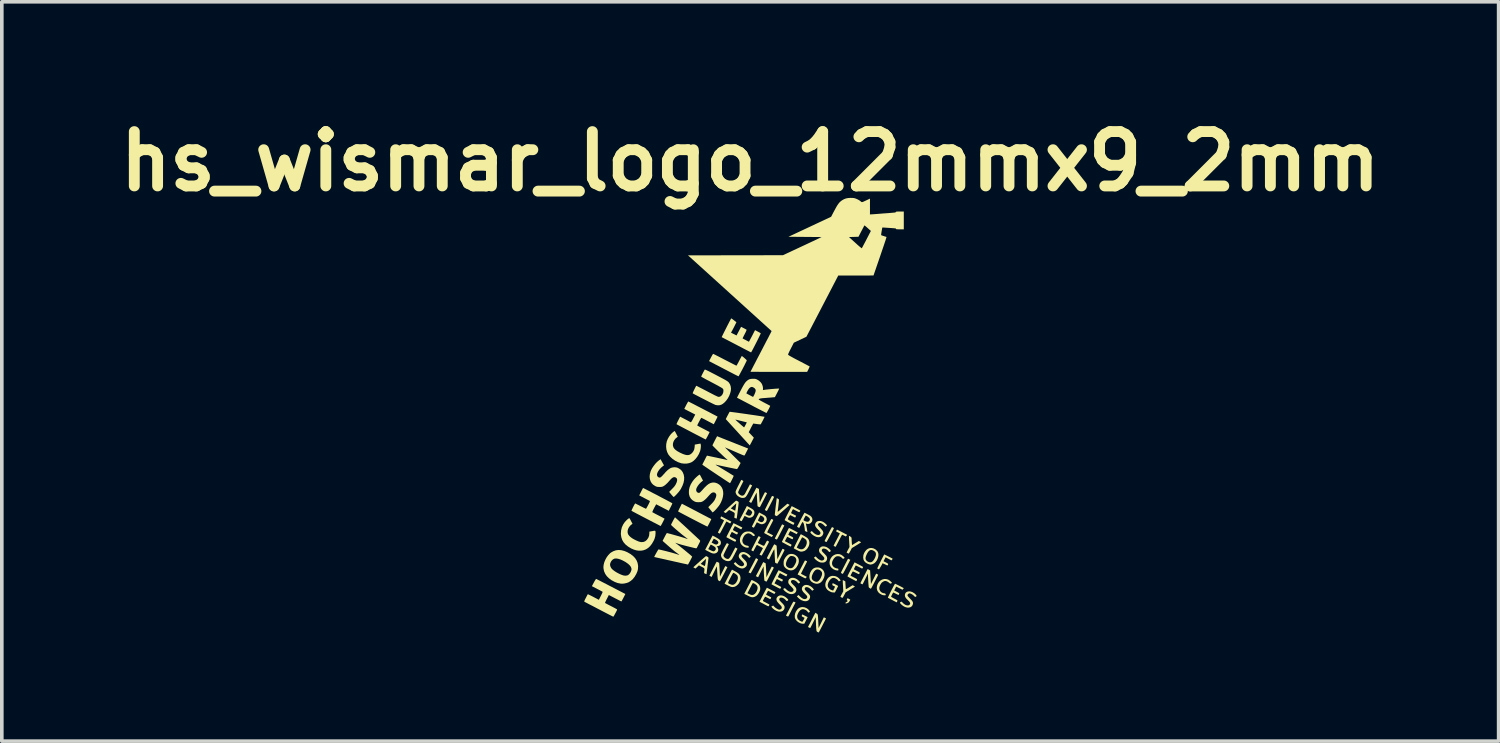
<source format=kicad_pcb>
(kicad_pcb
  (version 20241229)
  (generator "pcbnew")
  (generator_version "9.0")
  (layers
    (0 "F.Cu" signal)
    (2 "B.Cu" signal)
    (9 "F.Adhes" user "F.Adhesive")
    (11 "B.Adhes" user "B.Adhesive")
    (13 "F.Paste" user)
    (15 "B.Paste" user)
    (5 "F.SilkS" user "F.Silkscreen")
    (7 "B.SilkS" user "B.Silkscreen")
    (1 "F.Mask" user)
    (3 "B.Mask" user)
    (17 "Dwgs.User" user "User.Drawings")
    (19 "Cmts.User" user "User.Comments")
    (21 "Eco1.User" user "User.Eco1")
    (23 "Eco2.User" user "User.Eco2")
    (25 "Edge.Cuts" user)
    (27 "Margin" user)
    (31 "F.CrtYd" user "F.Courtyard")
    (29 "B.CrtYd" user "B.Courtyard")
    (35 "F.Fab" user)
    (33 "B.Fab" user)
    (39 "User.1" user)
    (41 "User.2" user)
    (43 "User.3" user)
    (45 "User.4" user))
  (footprint "hs_wismar_logo_12mmx9_2mm"
    (layer "F.Cu")
    (at 17.657 8.404)
    (property "Reference" "hs_wismar_logo_12mmx9_2mm" (at 0 -7 0) (layer "F.SilkS") (effects (font (size 1.5 1.5) (thickness 0.3))))
    (attr board_only exclude_from_pos_files exclude_from_bom)
    (fp_poly (pts (xy 0.911 3.033) (xy 0.942 3.049) (xy 0.855 3.218) (xy 0.823 3.28) (xy 0.797 3.33) (xy 0.777 3.368) (xy 0.761 3.396) (xy 0.75 3.416) (xy 0.742 3.429) (xy 0.736 3.435) (xy 0.733 3.437) (xy 0.732 3.437) (xy 0.723 3.434) (xy 0.706 3.425) (xy 0.702 3.424) (xy 0.678 3.41) (xy 0.779 3.214) (xy 0.88 3.018)) (stroke (width 0) (type solid)) (fill yes) (layer "F.SilkS"))
    (fp_poly (pts (xy 0.189 3.967) (xy 0.206 3.978) (xy 0.216 3.987) (xy 0.216 3.989) (xy 0.209 4.004) (xy 0.197 4.03) (xy 0.18 4.063) (xy 0.159 4.102) (xy 0.137 4.145) (xy 0.113 4.19) (xy 0.089 4.234) (xy 0.067 4.275) (xy 0.047 4.311) (xy 0.03 4.341) (xy 0.018 4.361) (xy 0.012 4.37) (xy 0.012 4.37) (xy 0.000097 4.367) (xy -0.018 4.358) (xy -0.021 4.357) (xy -0.046 4.344) (xy 0.057 4.148) (xy 0.159 3.952)) (stroke (width 0) (type solid)) (fill yes) (layer "F.SilkS"))
    (fp_poly (pts (xy 1.211 5.155) (xy 1.219 5.159) (xy 1.223 5.161) (xy 1.252 5.174) (xy 1.157 5.358) (xy 1.132 5.407) (xy 1.108 5.453) (xy 1.088 5.492) (xy 1.071 5.524) (xy 1.06 5.545) (xy 1.054 5.554) (xy 1.048 5.561) (xy 1.039 5.562) (xy 1.022 5.555) (xy 1.016 5.552) (xy 0.987 5.537) (xy 1.079 5.359) (xy 1.11 5.299) (xy 1.135 5.251) (xy 1.154 5.215) (xy 1.169 5.188) (xy 1.18 5.17) (xy 1.189 5.158) (xy 1.197 5.153) (xy 1.204 5.152)) (stroke (width 0) (type solid)) (fill yes) (layer "F.SilkS"))
    (fp_poly (pts (xy 2.731 3.982) (xy 2.762 3.998) (xy 2.675 4.167) (xy 2.643 4.229) (xy 2.617 4.279) (xy 2.596 4.317) (xy 2.581 4.345) (xy 2.57 4.365) (xy 2.561 4.378) (xy 2.556 4.384) (xy 2.552 4.386) (xy 2.552 4.386) (xy 2.542 4.382) (xy 2.526 4.374) (xy 2.526 4.374) (xy 2.511 4.363) (xy 2.504 4.354) (xy 2.504 4.354) (xy 2.508 4.345) (xy 2.517 4.324) (xy 2.533 4.293) (xy 2.552 4.254) (xy 2.575 4.209) (xy 2.601 4.159) (xy 2.602 4.156) (xy 2.7 3.967)) (stroke (width 0) (type solid)) (fill yes) (layer "F.SilkS"))
    (fp_poly (pts (xy 2.723 5.075) (xy 2.744 5.087) (xy 2.758 5.096) (xy 2.761 5.1) (xy 2.756 5.114) (xy 2.744 5.134) (xy 2.729 5.156) (xy 2.714 5.174) (xy 2.706 5.181) (xy 2.685 5.192) (xy 2.659 5.2) (xy 2.658 5.2) (xy 2.639 5.202) (xy 2.63 5.199) (xy 2.629 5.189) (xy 2.636 5.174) (xy 2.652 5.164) (xy 2.671 5.154) (xy 2.685 5.143) (xy 2.69 5.132) (xy 2.683 5.123) (xy 2.678 5.119) (xy 2.667 5.111) (xy 2.665 5.102) (xy 2.671 5.087) (xy 2.673 5.082) (xy 2.686 5.056)) (stroke (width 0) (type solid)) (fill yes) (layer "F.SilkS"))
    (fp_poly (pts (xy 2.268 3.099) (xy 2.285 3.106) (xy 2.301 3.115) (xy 2.309 3.123) (xy 2.31 3.124) (xy 2.306 3.133) (xy 2.297 3.154) (xy 2.282 3.184) (xy 2.263 3.221) (xy 2.241 3.262) (xy 2.218 3.306) (xy 2.194 3.351) (xy 2.171 3.393) (xy 2.15 3.432) (xy 2.131 3.465) (xy 2.117 3.49) (xy 2.108 3.504) (xy 2.105 3.507) (xy 2.092 3.503) (xy 2.075 3.495) (xy 2.06 3.486) (xy 2.053 3.479) (xy 2.053 3.479) (xy 2.057 3.47) (xy 2.066 3.449) (xy 2.081 3.42) (xy 2.1 3.383) (xy 2.121 3.342) (xy 2.144 3.298) (xy 2.168 3.254) (xy 2.191 3.211) (xy 2.212 3.172) (xy 2.23 3.139) (xy 2.245 3.113) (xy 2.254 3.099) (xy 2.257 3.095)) (stroke (width 0) (type solid)) (fill yes) (layer "F.SilkS"))
    (fp_poly (pts (xy 0.617 2.237) (xy 0.631 2.244) (xy 0.649 2.253) (xy 0.659 2.259) (xy 0.66 2.26) (xy 0.657 2.267) (xy 0.648 2.286) (xy 0.635 2.314) (xy 0.617 2.35) (xy 0.596 2.391) (xy 0.574 2.434) (xy 0.551 2.479) (xy 0.528 2.523) (xy 0.507 2.563) (xy 0.488 2.598) (xy 0.474 2.625) (xy 0.464 2.642) (xy 0.46 2.647) (xy 0.45 2.646) (xy 0.433 2.64) (xy 0.43 2.638) (xy 0.413 2.628) (xy 0.405 2.62) (xy 0.404 2.619) (xy 0.408 2.611) (xy 0.417 2.591) (xy 0.432 2.562) (xy 0.45 2.526) (xy 0.471 2.484) (xy 0.493 2.44) (xy 0.516 2.396) (xy 0.538 2.353) (xy 0.559 2.314) (xy 0.576 2.281) (xy 0.589 2.256) (xy 0.597 2.242) (xy 0.598 2.241) (xy 0.605 2.235)) (stroke (width 0) (type solid)) (fill yes) (layer "F.SilkS"))
    (fp_poly (pts (xy 1.519 4.017) (xy 1.535 4.023) (xy 1.554 4.031) (xy 1.568 4.039) (xy 1.57 4.041) (xy 1.567 4.048) (xy 1.558 4.067) (xy 1.544 4.096) (xy 1.525 4.133) (xy 1.503 4.177) (xy 1.485 4.211) (xy 1.461 4.258) (xy 1.44 4.3) (xy 1.423 4.335) (xy 1.41 4.362) (xy 1.402 4.378) (xy 1.401 4.382) (xy 1.409 4.386) (xy 1.427 4.396) (xy 1.454 4.411) (xy 1.483 4.426) (xy 1.562 4.468) (xy 1.546 4.49) (xy 1.533 4.504) (xy 1.522 4.51) (xy 1.522 4.51) (xy 1.512 4.506) (xy 1.491 4.496) (xy 1.462 4.482) (xy 1.427 4.464) (xy 1.411 4.455) (xy 1.308 4.402) (xy 1.407 4.212) (xy 1.433 4.162) (xy 1.457 4.116) (xy 1.477 4.077) (xy 1.494 4.046) (xy 1.505 4.026) (xy 1.51 4.017) (xy 1.51 4.017)) (stroke (width 0) (type solid)) (fill yes) (layer "F.SilkS"))
    (fp_poly (pts (xy 2.735 3.339) (xy 2.751 3.347) (xy 2.769 3.359) (xy 2.785 3.373) (xy 2.795 3.384) (xy 2.795 3.386) (xy 2.797 3.402) (xy 2.799 3.428) (xy 2.8 3.457) (xy 2.802 3.492) (xy 2.804 3.528) (xy 2.806 3.552) (xy 2.811 3.592) (xy 2.904 3.535) (xy 2.997 3.478) (xy 3.03 3.494) (xy 3.049 3.505) (xy 3.058 3.513) (xy 3.058 3.517) (xy 3.05 3.522) (xy 3.03 3.535) (xy 3.002 3.553) (xy 2.967 3.575) (xy 2.928 3.599) (xy 2.804 3.675) (xy 2.765 3.75) (xy 2.748 3.781) (xy 2.734 3.806) (xy 2.723 3.822) (xy 2.718 3.826) (xy 2.706 3.822) (xy 2.688 3.814) (xy 2.687 3.813) (xy 2.67 3.804) (xy 2.661 3.799) (xy 2.661 3.798) (xy 2.663 3.791) (xy 2.672 3.773) (xy 2.685 3.747) (xy 2.699 3.72) (xy 2.74 3.644) (xy 2.731 3.493) (xy 2.728 3.446) (xy 2.726 3.405) (xy 2.725 3.371) (xy 2.725 3.349) (xy 2.725 3.339) (xy 2.725 3.338)) (stroke (width 0) (type solid)) (fill yes) (layer "F.SilkS"))
    (fp_poly (pts (xy 0.596 2.873) (xy 0.613 2.881) (xy 0.629 2.89) (xy 0.637 2.897) (xy 0.638 2.898) (xy 0.634 2.906) (xy 0.625 2.926) (xy 0.61 2.956) (xy 0.591 2.993) (xy 0.568 3.037) (xy 0.551 3.07) (xy 0.528 3.116) (xy 0.506 3.158) (xy 0.489 3.193) (xy 0.476 3.219) (xy 0.469 3.235) (xy 0.468 3.239) (xy 0.475 3.243) (xy 0.494 3.253) (xy 0.521 3.266) (xy 0.551 3.281) (xy 0.631 3.321) (xy 0.614 3.344) (xy 0.602 3.36) (xy 0.593 3.367) (xy 0.592 3.367) (xy 0.584 3.364) (xy 0.565 3.354) (xy 0.537 3.34) (xy 0.503 3.322) (xy 0.488 3.315) (xy 0.453 3.295) (xy 0.422 3.279) (xy 0.399 3.266) (xy 0.386 3.258) (xy 0.385 3.257) (xy 0.387 3.249) (xy 0.395 3.229) (xy 0.408 3.201) (xy 0.426 3.164) (xy 0.447 3.123) (xy 0.469 3.079) (xy 0.492 3.034) (xy 0.515 2.991) (xy 0.536 2.951) (xy 0.555 2.917) (xy 0.57 2.891) (xy 0.581 2.874) (xy 0.585 2.87)) (stroke (width 0) (type solid)) (fill yes) (layer "F.SilkS"))
    (fp_poly (pts (xy 2.563 4.56) (xy 2.579 4.568) (xy 2.591 4.574) (xy 2.625 4.593) (xy 2.63 4.69) (xy 2.633 4.728) (xy 2.635 4.761) (xy 2.637 4.787) (xy 2.638 4.8) (xy 2.638 4.8) (xy 2.642 4.804) (xy 2.651 4.802) (xy 2.668 4.795) (xy 2.694 4.78) (xy 2.731 4.757) (xy 2.733 4.756) (xy 2.826 4.699) (xy 2.859 4.715) (xy 2.878 4.726) (xy 2.887 4.735) (xy 2.887 4.738) (xy 2.878 4.744) (xy 2.859 4.757) (xy 2.83 4.775) (xy 2.795 4.796) (xy 2.756 4.82) (xy 2.633 4.896) (xy 2.594 4.971) (xy 2.577 5.002) (xy 2.563 5.027) (xy 2.552 5.043) (xy 2.547 5.047) (xy 2.535 5.043) (xy 2.517 5.035) (xy 2.516 5.034) (xy 2.499 5.025) (xy 2.49 5.02) (xy 2.49 5.02) (xy 2.492 5.012) (xy 2.501 4.994) (xy 2.514 4.968) (xy 2.528 4.942) (xy 2.569 4.866) (xy 2.561 4.714) (xy 2.558 4.667) (xy 2.556 4.625) (xy 2.555 4.592) (xy 2.554 4.569) (xy 2.555 4.559) (xy 2.555 4.559)) (stroke (width 0) (type solid)) (fill yes) (layer "F.SilkS"))
    (fp_poly (pts (xy 2.463 3.842) (xy 2.506 3.856) (xy 2.527 3.869) (xy 2.552 3.887) (xy 2.575 3.906) (xy 2.593 3.925) (xy 2.604 3.939) (xy 2.605 3.944) (xy 2.599 3.951) (xy 2.584 3.961) (xy 2.582 3.963) (xy 2.566 3.97) (xy 2.556 3.969) (xy 2.544 3.958) (xy 2.538 3.951) (xy 2.504 3.921) (xy 2.463 3.903) (xy 2.42 3.897) (xy 2.378 3.904) (xy 2.367 3.909) (xy 2.339 3.929) (xy 2.31 3.961) (xy 2.286 3.999) (xy 2.267 4.04) (xy 2.259 4.074) (xy 2.259 4.117) (xy 2.273 4.157) (xy 2.299 4.19) (xy 2.336 4.216) (xy 2.382 4.233) (xy 2.399 4.236) (xy 2.421 4.24) (xy 2.431 4.245) (xy 2.434 4.257) (xy 2.434 4.267) (xy 2.433 4.285) (xy 2.426 4.292) (xy 2.409 4.292) (xy 2.386 4.29) (xy 2.357 4.284) (xy 2.348 4.281) (xy 2.296 4.258) (xy 2.251 4.224) (xy 2.217 4.183) (xy 2.214 4.177) (xy 2.195 4.128) (xy 2.189 4.075) (xy 2.197 4.021) (xy 2.217 3.968) (xy 2.249 3.92) (xy 2.265 3.902) (xy 2.309 3.869) (xy 2.358 3.847) (xy 2.411 3.838)) (stroke (width 0) (type solid)) (fill yes) (layer "F.SilkS"))
    (fp_poly (pts (xy 3.75 4.528) (xy 3.802 4.542) (xy 3.808 4.545) (xy 3.831 4.558) (xy 3.856 4.576) (xy 3.88 4.596) (xy 3.899 4.615) (xy 3.91 4.63) (xy 3.912 4.634) (xy 3.905 4.641) (xy 3.889 4.649) (xy 3.887 4.65) (xy 3.871 4.654) (xy 3.859 4.652) (xy 3.845 4.642) (xy 3.835 4.632) (xy 3.801 4.606) (xy 3.764 4.588) (xy 3.729 4.581) (xy 3.728 4.581) (xy 3.698 4.586) (xy 3.666 4.602) (xy 3.636 4.623) (xy 3.621 4.639) (xy 3.596 4.677) (xy 3.577 4.717) (xy 3.565 4.756) (xy 3.562 4.781) (xy 3.569 4.825) (xy 3.589 4.863) (xy 3.62 4.893) (xy 3.66 4.914) (xy 3.694 4.921) (xy 3.72 4.926) (xy 3.735 4.937) (xy 3.74 4.957) (xy 3.741 4.968) (xy 3.734 4.974) (xy 3.716 4.977) (xy 3.692 4.976) (xy 3.665 4.972) (xy 3.639 4.965) (xy 3.635 4.963) (xy 3.581 4.934) (xy 3.539 4.897) (xy 3.51 4.852) (xy 3.495 4.801) (xy 3.494 4.751) (xy 3.506 4.693) (xy 3.529 4.642) (xy 3.562 4.598) (xy 3.602 4.564) (xy 3.648 4.54) (xy 3.698 4.527)) (stroke (width 0) (type solid)) (fill yes) (layer "F.SilkS"))
    (fp_poly (pts (xy -0.663 2.871) (xy -0.621 2.893) (xy -0.583 2.912) (xy -0.553 2.928) (xy -0.532 2.939) (xy -0.523 2.944) (xy -0.522 2.944) (xy -0.524 2.951) (xy -0.533 2.966) (xy -0.537 2.971) (xy -0.554 2.995) (xy -0.604 2.967) (xy -0.628 2.954) (xy -0.647 2.944) (xy -0.657 2.94) (xy -0.657 2.94) (xy -0.661 2.946) (xy -0.672 2.965) (xy -0.687 2.994) (xy -0.707 3.03) (xy -0.729 3.073) (xy -0.747 3.107) (xy -0.771 3.153) (xy -0.793 3.195) (xy -0.812 3.229) (xy -0.827 3.255) (xy -0.836 3.271) (xy -0.839 3.274) (xy -0.848 3.27) (xy -0.865 3.262) (xy -0.867 3.261) (xy -0.884 3.252) (xy -0.892 3.247) (xy -0.893 3.247) (xy -0.89 3.24) (xy -0.881 3.221) (xy -0.866 3.192) (xy -0.848 3.155) (xy -0.825 3.112) (xy -0.809 3.081) (xy -0.785 3.034) (xy -0.764 2.993) (xy -0.746 2.957) (xy -0.732 2.931) (xy -0.725 2.914) (xy -0.723 2.91) (xy -0.73 2.904) (xy -0.747 2.893) (xy -0.771 2.881) (xy -0.795 2.869) (xy -0.813 2.859) (xy -0.821 2.853) (xy -0.821 2.843) (xy -0.814 2.825) (xy -0.813 2.823) (xy -0.8 2.799)) (stroke (width 0) (type solid)) (fill yes) (layer "F.SilkS"))
    (fp_poly (pts (xy -1.878 2.453) (xy -1.859 2.463) (xy -1.829 2.479) (xy -1.79 2.499) (xy -1.742 2.524) (xy -1.688 2.552) (xy -1.63 2.582) (xy -1.568 2.615) (xy -1.503 2.648) (xy -1.439 2.682) (xy -1.375 2.716) (xy -1.314 2.748) (xy -1.256 2.778) (xy -1.204 2.805) (xy -1.159 2.829) (xy -1.122 2.848) (xy -1.095 2.862) (xy -1.079 2.871) (xy -1.075 2.873) (xy -1.077 2.881) (xy -1.085 2.899) (xy -1.098 2.925) (xy -1.113 2.956) (xy -1.13 2.989) (xy -1.146 3.02) (xy -1.161 3.048) (xy -1.173 3.069) (xy -1.18 3.08) (xy -1.181 3.08) (xy -1.188 3.078) (xy -1.209 3.068) (xy -1.24 3.053) (xy -1.282 3.032) (xy -1.332 3.007) (xy -1.39 2.977) (xy -1.455 2.944) (xy -1.524 2.908) (xy -1.586 2.876) (xy -1.659 2.838) (xy -1.728 2.802) (xy -1.791 2.769) (xy -1.848 2.739) (xy -1.897 2.713) (xy -1.937 2.692) (xy -1.967 2.676) (xy -1.985 2.666) (xy -1.99 2.663) (xy -1.988 2.655) (xy -1.98 2.637) (xy -1.968 2.611) (xy -1.953 2.58) (xy -1.936 2.546) (xy -1.92 2.514) (xy -1.906 2.485) (xy -1.894 2.464) (xy -1.887 2.451) (xy -1.885 2.45)) (stroke (width 0) (type solid)) (fill yes) (layer "F.SilkS"))
    (fp_poly (pts (xy -0.022 3.217) (xy 0.005 3.221) (xy 0.027 3.229) (xy 0.037 3.234) (xy 0.057 3.247) (xy 0.08 3.264) (xy 0.102 3.284) (xy 0.12 3.303) (xy 0.131 3.317) (xy 0.132 3.321) (xy 0.126 3.327) (xy 0.11 3.336) (xy 0.108 3.337) (xy 0.094 3.342) (xy 0.082 3.34) (xy 0.069 3.331) (xy 0.056 3.318) (xy 0.021 3.291) (xy -0.016 3.273) (xy -0.051 3.266) (xy -0.052 3.266) (xy -0.081 3.272) (xy -0.114 3.287) (xy -0.144 3.309) (xy -0.159 3.325) (xy -0.183 3.362) (xy -0.202 3.403) (xy -0.214 3.441) (xy -0.218 3.467) (xy -0.211 3.51) (xy -0.19 3.549) (xy -0.159 3.579) (xy -0.12 3.599) (xy -0.086 3.607) (xy -0.059 3.612) (xy -0.045 3.623) (xy -0.039 3.643) (xy -0.039 3.653) (xy -0.046 3.659) (xy -0.064 3.662) (xy -0.088 3.662) (xy -0.115 3.658) (xy -0.14 3.652) (xy -0.142 3.651) (xy -0.193 3.625) (xy -0.235 3.589) (xy -0.261 3.553) (xy -0.28 3.503) (xy -0.285 3.45) (xy -0.278 3.395) (xy -0.258 3.342) (xy -0.226 3.294) (xy -0.213 3.279) (xy -0.178 3.248) (xy -0.141 3.228) (xy -0.099 3.218) (xy -0.058 3.216)) (stroke (width 0) (type solid)) (fill yes) (layer "F.SilkS"))
    (fp_poly (pts (xy 1.83 5.479) (xy 1.849 5.491) (xy 1.859 5.503) (xy 1.865 5.52) (xy 1.868 5.543) (xy 1.87 5.565) (xy 1.873 5.6) (xy 1.875 5.643) (xy 1.878 5.691) (xy 1.88 5.736) (xy 1.886 5.883) (xy 1.959 5.734) (xy 2.032 5.585) (xy 2.062 5.6) (xy 2.093 5.616) (xy 1.998 5.8) (xy 1.972 5.85) (xy 1.949 5.895) (xy 1.928 5.934) (xy 1.912 5.965) (xy 1.901 5.986) (xy 1.896 5.994) (xy 1.888 6.001) (xy 1.88 6.002) (xy 1.866 5.995) (xy 1.854 5.987) (xy 1.842 5.979) (xy 1.834 5.97) (xy 1.829 5.955) (xy 1.826 5.932) (xy 1.823 5.908) (xy 1.821 5.878) (xy 1.819 5.837) (xy 1.816 5.789) (xy 1.814 5.738) (xy 1.813 5.712) (xy 1.808 5.58) (xy 1.735 5.73) (xy 1.713 5.774) (xy 1.693 5.813) (xy 1.676 5.845) (xy 1.664 5.867) (xy 1.657 5.879) (xy 1.655 5.879) (xy 1.644 5.876) (xy 1.627 5.869) (xy 1.61 5.86) (xy 1.598 5.852) (xy 1.596 5.849) (xy 1.6 5.841) (xy 1.61 5.821) (xy 1.626 5.791) (xy 1.646 5.753) (xy 1.669 5.708) (xy 1.695 5.658) (xy 1.698 5.652) (xy 1.798 5.459)) (stroke (width 0) (type solid)) (fill yes) (layer "F.SilkS"))
    (fp_poly (pts (xy 1.882 4.209) (xy 1.925 4.219) (xy 1.933 4.223) (xy 1.978 4.249) (xy 2.01 4.28) (xy 2.034 4.318) (xy 2.035 4.32) (xy 2.051 4.372) (xy 2.052 4.427) (xy 2.038 4.486) (xy 2.008 4.547) (xy 1.993 4.571) (xy 1.957 4.613) (xy 1.914 4.642) (xy 1.866 4.657) (xy 1.814 4.657) (xy 1.76 4.642) (xy 1.746 4.636) (xy 1.698 4.608) (xy 1.665 4.574) (xy 1.644 4.534) (xy 1.634 4.485) (xy 1.634 4.478) (xy 1.697 4.478) (xy 1.701 4.518) (xy 1.712 4.542) (xy 1.738 4.568) (xy 1.772 4.589) (xy 1.81 4.602) (xy 1.829 4.604) (xy 1.851 4.601) (xy 1.872 4.591) (xy 1.891 4.575) (xy 1.917 4.546) (xy 1.942 4.506) (xy 1.953 4.484) (xy 1.975 4.43) (xy 1.984 4.385) (xy 1.979 4.346) (xy 1.961 4.314) (xy 1.93 4.287) (xy 1.911 4.276) (xy 1.871 4.263) (xy 1.834 4.265) (xy 1.799 4.282) (xy 1.766 4.315) (xy 1.736 4.363) (xy 1.73 4.375) (xy 1.707 4.431) (xy 1.697 4.478) (xy 1.634 4.478) (xy 1.633 4.461) (xy 1.64 4.403) (xy 1.659 4.346) (xy 1.689 4.294) (xy 1.727 4.251) (xy 1.751 4.233) (xy 1.789 4.216) (xy 1.835 4.208)) (stroke (width 0) (type solid)) (fill yes) (layer "F.SilkS"))
    (fp_poly (pts (xy 0.393 4.077) (xy 0.426 4.093) (xy 0.432 4.168) (xy 0.435 4.204) (xy 0.437 4.25) (xy 0.44 4.301) (xy 0.442 4.351) (xy 0.443 4.363) (xy 0.448 4.483) (xy 0.463 4.448) (xy 0.47 4.434) (xy 0.482 4.409) (xy 0.497 4.377) (xy 0.515 4.341) (xy 0.534 4.303) (xy 0.553 4.266) (xy 0.57 4.233) (xy 0.583 4.207) (xy 0.592 4.19) (xy 0.595 4.185) (xy 0.602 4.187) (xy 0.618 4.193) (xy 0.635 4.202) (xy 0.648 4.209) (xy 0.652 4.212) (xy 0.649 4.219) (xy 0.64 4.237) (xy 0.626 4.266) (xy 0.608 4.301) (xy 0.587 4.342) (xy 0.565 4.386) (xy 0.542 4.43) (xy 0.519 4.474) (xy 0.498 4.514) (xy 0.48 4.548) (xy 0.465 4.575) (xy 0.456 4.593) (xy 0.452 4.598) (xy 0.443 4.598) (xy 0.426 4.591) (xy 0.419 4.587) (xy 0.39 4.571) (xy 0.385 4.5) (xy 0.382 4.466) (xy 0.38 4.422) (xy 0.377 4.372) (xy 0.375 4.321) (xy 0.374 4.305) (xy 0.369 4.18) (xy 0.293 4.33) (xy 0.218 4.48) (xy 0.186 4.464) (xy 0.155 4.448) (xy 0.197 4.368) (xy 0.216 4.332) (xy 0.24 4.287) (xy 0.265 4.238) (xy 0.291 4.19) (xy 0.299 4.175) (xy 0.359 4.06)) (stroke (width 0) (type solid)) (fill yes) (layer "F.SilkS"))
    (fp_poly (pts (xy 3.707 3.852) (xy 3.725 3.861) (xy 3.751 3.873) (xy 3.783 3.889) (xy 3.817 3.906) (xy 3.852 3.923) (xy 3.883 3.94) (xy 3.908 3.953) (xy 3.924 3.963) (xy 3.929 3.966) (xy 3.929 3.974) (xy 3.92 3.989) (xy 3.917 3.992) (xy 3.9 4.014) (xy 3.818 3.971) (xy 3.737 3.928) (xy 3.708 3.982) (xy 3.679 4.036) (xy 3.731 4.063) (xy 3.766 4.081) (xy 3.789 4.094) (xy 3.802 4.105) (xy 3.807 4.114) (xy 3.806 4.124) (xy 3.802 4.132) (xy 3.793 4.147) (xy 3.785 4.153) (xy 3.776 4.15) (xy 3.756 4.141) (xy 3.729 4.127) (xy 3.715 4.12) (xy 3.688 4.107) (xy 3.665 4.098) (xy 3.652 4.094) (xy 3.65 4.095) (xy 3.642 4.112) (xy 3.63 4.137) (xy 3.614 4.166) (xy 3.596 4.195) (xy 3.58 4.223) (xy 3.566 4.245) (xy 3.556 4.258) (xy 3.553 4.26) (xy 3.539 4.257) (xy 3.528 4.25) (xy 3.513 4.241) (xy 3.506 4.237) (xy 3.508 4.23) (xy 3.516 4.211) (xy 3.53 4.183) (xy 3.547 4.147) (xy 3.567 4.107) (xy 3.589 4.063) (xy 3.611 4.018) (xy 3.633 3.974) (xy 3.654 3.934) (xy 3.672 3.899) (xy 3.686 3.872) (xy 3.696 3.855) (xy 3.699 3.85)) (stroke (width 0) (type solid)) (fill yes) (layer "F.SilkS"))
    (fp_poly (pts (xy -0.633 3.542) (xy -0.616 3.549) (xy -0.6 3.558) (xy -0.592 3.565) (xy -0.591 3.566) (xy -0.594 3.574) (xy -0.604 3.594) (xy -0.619 3.623) (xy -0.637 3.659) (xy -0.659 3.701) (xy -0.665 3.713) (xy -0.687 3.757) (xy -0.707 3.798) (xy -0.723 3.832) (xy -0.734 3.858) (xy -0.739 3.873) (xy -0.739 3.874) (xy -0.732 3.902) (xy -0.713 3.928) (xy -0.686 3.951) (xy -0.655 3.967) (xy -0.623 3.974) (xy -0.621 3.974) (xy -0.606 3.972) (xy -0.591 3.965) (xy -0.576 3.951) (xy -0.559 3.929) (xy -0.539 3.897) (xy -0.515 3.854) (xy -0.486 3.799) (xy -0.412 3.657) (xy -0.381 3.673) (xy -0.351 3.69) (xy -0.418 3.818) (xy -0.44 3.862) (xy -0.462 3.902) (xy -0.481 3.937) (xy -0.496 3.964) (xy -0.505 3.978) (xy -0.534 4.011) (xy -0.571 4.03) (xy -0.614 4.035) (xy -0.664 4.026) (xy -0.684 4.019) (xy -0.729 3.996) (xy -0.766 3.965) (xy -0.792 3.928) (xy -0.805 3.889) (xy -0.805 3.849) (xy -0.805 3.847) (xy -0.799 3.832) (xy -0.789 3.808) (xy -0.773 3.776) (xy -0.755 3.738) (xy -0.735 3.699) (xy -0.714 3.658) (xy -0.694 3.62) (xy -0.675 3.587) (xy -0.66 3.561) (xy -0.649 3.544) (xy -0.644 3.539)) (stroke (width 0) (type solid)) (fill yes) (layer "F.SilkS"))
    (fp_poly (pts (xy -0.216 1.805) (xy -0.198 1.816) (xy -0.189 1.824) (xy -0.188 1.827) (xy -0.192 1.835) (xy -0.202 1.855) (xy -0.217 1.885) (xy -0.236 1.922) (xy -0.258 1.964) (xy -0.262 1.973) (xy -0.284 2.017) (xy -0.304 2.058) (xy -0.319 2.092) (xy -0.33 2.118) (xy -0.334 2.134) (xy -0.334 2.135) (xy -0.328 2.156) (xy -0.311 2.179) (xy -0.287 2.201) (xy -0.26 2.218) (xy -0.245 2.223) (xy -0.221 2.228) (xy -0.201 2.224) (xy -0.187 2.218) (xy -0.174 2.21) (xy -0.161 2.196) (xy -0.147 2.176) (xy -0.129 2.145) (xy -0.118 2.123) (xy -0.097 2.082) (xy -0.074 2.039) (xy -0.052 1.998) (xy -0.041 1.977) (xy -0.007 1.913) (xy 0.023 1.929) (xy 0.053 1.944) (xy -0.002 2.051) (xy -0.035 2.113) (xy -0.061 2.164) (xy -0.083 2.203) (xy -0.102 2.232) (xy -0.118 2.254) (xy -0.133 2.269) (xy -0.148 2.278) (xy -0.164 2.284) (xy -0.183 2.288) (xy -0.191 2.289) (xy -0.22 2.289) (xy -0.253 2.284) (xy -0.258 2.282) (xy -0.306 2.261) (xy -0.347 2.233) (xy -0.379 2.198) (xy -0.398 2.16) (xy -0.404 2.125) (xy -0.401 2.108) (xy -0.39 2.078) (xy -0.371 2.036) (xy -0.344 1.981) (xy -0.325 1.944) (xy -0.247 1.79)) (stroke (width 0) (type solid)) (fill yes) (layer "F.SilkS"))
    (fp_poly (pts (xy 0.763 2.31) (xy 0.784 2.323) (xy 0.792 2.337) (xy 0.793 2.345) (xy 0.792 2.36) (xy 0.79 2.387) (xy 0.786 2.423) (xy 0.782 2.466) (xy 0.777 2.51) (xy 0.772 2.555) (xy 0.767 2.596) (xy 0.762 2.63) (xy 0.759 2.654) (xy 0.758 2.662) (xy 0.757 2.668) (xy 0.761 2.669) (xy 0.771 2.664) (xy 0.787 2.653) (xy 0.81 2.634) (xy 0.843 2.606) (xy 0.886 2.57) (xy 0.889 2.567) (xy 1.026 2.449) (xy 1.058 2.465) (xy 1.076 2.476) (xy 1.087 2.483) (xy 1.088 2.484) (xy 1.081 2.49) (xy 1.065 2.504) (xy 1.04 2.527) (xy 1.007 2.555) (xy 0.969 2.589) (xy 0.926 2.626) (xy 0.911 2.639) (xy 0.867 2.678) (xy 0.827 2.713) (xy 0.792 2.743) (xy 0.764 2.767) (xy 0.744 2.783) (xy 0.733 2.791) (xy 0.732 2.792) (xy 0.723 2.788) (xy 0.706 2.78) (xy 0.704 2.779) (xy 0.687 2.77) (xy 0.678 2.765) (xy 0.678 2.765) (xy 0.678 2.757) (xy 0.68 2.736) (xy 0.683 2.704) (xy 0.688 2.664) (xy 0.693 2.618) (xy 0.698 2.568) (xy 0.704 2.517) (xy 0.71 2.467) (xy 0.716 2.421) (xy 0.721 2.38) (xy 0.725 2.347) (xy 0.728 2.324) (xy 0.728 2.324) (xy 0.732 2.295)) (stroke (width 0) (type solid)) (fill yes) (layer "F.SilkS"))
    (fp_poly (pts (xy 0.054 4.559) (xy 0.076 4.569) (xy 0.109 4.586) (xy 0.11 4.586) (xy 0.168 4.619) (xy 0.212 4.651) (xy 0.243 4.683) (xy 0.263 4.717) (xy 0.273 4.755) (xy 0.276 4.787) (xy 0.275 4.815) (xy 0.27 4.839) (xy 0.26 4.866) (xy 0.247 4.894) (xy 0.214 4.947) (xy 0.177 4.987) (xy 0.134 5.014) (xy 0.118 5.02) (xy 0.09 5.028) (xy 0.065 5.031) (xy 0.04 5.029) (xy 0.01 5.021) (xy -0.026 5.006) (xy -0.069 4.985) (xy -0.164 4.938) (xy -0.155 4.92) (xy -0.078 4.92) (xy -0.025 4.945) (xy 0.013 4.961) (xy 0.043 4.968) (xy 0.07 4.967) (xy 0.096 4.959) (xy 0.126 4.939) (xy 0.156 4.906) (xy 0.181 4.862) (xy 0.183 4.857) (xy 0.201 4.806) (xy 0.204 4.762) (xy 0.194 4.724) (xy 0.178 4.701) (xy 0.159 4.684) (xy 0.136 4.667) (xy 0.112 4.652) (xy 0.09 4.642) (xy 0.074 4.639) (xy 0.07 4.64) (xy 0.065 4.649) (xy 0.053 4.669) (xy 0.037 4.699) (xy 0.018 4.736) (xy -0.004 4.778) (xy -0.007 4.784) (xy -0.078 4.92) (xy -0.155 4.92) (xy -0.069 4.754) (xy -0.044 4.704) (xy -0.02 4.659) (xy 0.0002 4.62) (xy 0.017 4.589) (xy 0.028 4.568) (xy 0.033 4.559) (xy 0.04 4.556)) (stroke (width 0) (type solid)) (fill yes) (layer "F.SilkS"))
    (fp_poly (pts (xy 2.404 3.169) (xy 2.424 3.178) (xy 2.451 3.192) (xy 2.485 3.209) (xy 2.523 3.228) (xy 2.561 3.248) (xy 2.597 3.267) (xy 2.629 3.284) (xy 2.654 3.297) (xy 2.67 3.306) (xy 2.673 3.309) (xy 2.671 3.316) (xy 2.661 3.329) (xy 2.658 3.332) (xy 2.64 3.354) (xy 2.592 3.33) (xy 2.567 3.317) (xy 2.547 3.309) (xy 2.538 3.305) (xy 2.538 3.305) (xy 2.532 3.312) (xy 2.521 3.331) (xy 2.505 3.359) (xy 2.486 3.396) (xy 2.463 3.44) (xy 2.446 3.472) (xy 2.422 3.519) (xy 2.4 3.56) (xy 2.382 3.595) (xy 2.368 3.621) (xy 2.359 3.636) (xy 2.356 3.639) (xy 2.348 3.636) (xy 2.331 3.628) (xy 2.327 3.626) (xy 2.311 3.616) (xy 2.302 3.609) (xy 2.302 3.608) (xy 2.305 3.6) (xy 2.315 3.58) (xy 2.33 3.55) (xy 2.349 3.512) (xy 2.372 3.469) (xy 2.388 3.439) (xy 2.412 3.392) (xy 2.433 3.351) (xy 2.451 3.316) (xy 2.464 3.29) (xy 2.472 3.274) (xy 2.473 3.271) (xy 2.467 3.265) (xy 2.45 3.256) (xy 2.426 3.243) (xy 2.425 3.242) (xy 2.4 3.23) (xy 2.382 3.22) (xy 2.373 3.215) (xy 2.373 3.215) (xy 2.373 3.207) (xy 2.379 3.191) (xy 2.387 3.176) (xy 2.394 3.166) (xy 2.396 3.165)) (stroke (width 0) (type solid)) (fill yes) (layer "F.SilkS"))
    (fp_poly (pts (xy -0.426 4.31) (xy -0.37 4.341) (xy -0.329 4.371) (xy -0.3 4.402) (xy -0.281 4.435) (xy -0.271 4.472) (xy -0.269 4.511) (xy -0.276 4.564) (xy -0.294 4.613) (xy -0.321 4.658) (xy -0.356 4.695) (xy -0.396 4.725) (xy -0.44 4.744) (xy -0.485 4.751) (xy -0.529 4.744) (xy -0.543 4.739) (xy -0.568 4.727) (xy -0.6 4.712) (xy -0.628 4.698) (xy -0.708 4.658) (xy -0.693 4.629) (xy -0.608 4.629) (xy -0.606 4.642) (xy -0.597 4.652) (xy -0.582 4.66) (xy -0.56 4.669) (xy -0.548 4.673) (xy -0.514 4.685) (xy -0.488 4.688) (xy -0.463 4.684) (xy -0.449 4.679) (xy -0.417 4.658) (xy -0.388 4.624) (xy -0.361 4.577) (xy -0.359 4.573) (xy -0.343 4.525) (xy -0.34 4.481) (xy -0.35 4.442) (xy -0.354 4.434) (xy -0.368 4.418) (xy -0.388 4.4) (xy -0.413 4.383) (xy -0.437 4.368) (xy -0.457 4.359) (xy -0.469 4.358) (xy -0.475 4.365) (xy -0.487 4.385) (xy -0.504 4.414) (xy -0.524 4.451) (xy -0.545 4.492) (xy -0.548 4.498) (xy -0.573 4.546) (xy -0.591 4.583) (xy -0.603 4.61) (xy -0.608 4.629) (xy -0.693 4.629) (xy -0.629 4.505) (xy -0.605 4.457) (xy -0.581 4.412) (xy -0.56 4.371) (xy -0.542 4.338) (xy -0.53 4.315) (xy -0.527 4.31) (xy -0.504 4.269)) (stroke (width 0) (type solid)) (fill yes) (layer "F.SilkS"))
    (fp_poly (pts (xy 1.57 4.692) (xy 1.577 4.693) (xy 1.618 4.704) (xy 1.661 4.726) (xy 1.702 4.756) (xy 1.736 4.79) (xy 1.742 4.799) (xy 1.758 4.822) (xy 1.734 4.836) (xy 1.71 4.851) (xy 1.678 4.816) (xy 1.644 4.786) (xy 1.61 4.765) (xy 1.576 4.753) (xy 1.547 4.751) (xy 1.523 4.76) (xy 1.512 4.771) (xy 1.504 4.788) (xy 1.504 4.806) (xy 1.513 4.826) (xy 1.532 4.85) (xy 1.562 4.882) (xy 1.574 4.895) (xy 1.61 4.932) (xy 1.635 4.963) (xy 1.649 4.99) (xy 1.653 5.017) (xy 1.65 5.044) (xy 1.648 5.049) (xy 1.631 5.088) (xy 1.603 5.117) (xy 1.566 5.135) (xy 1.523 5.141) (xy 1.475 5.135) (xy 1.424 5.116) (xy 1.418 5.114) (xy 1.381 5.092) (xy 1.345 5.064) (xy 1.326 5.047) (xy 1.287 5.007) (xy 1.309 4.988) (xy 1.332 4.969) (xy 1.376 5.011) (xy 1.418 5.048) (xy 1.456 5.071) (xy 1.49 5.082) (xy 1.522 5.08) (xy 1.536 5.075) (xy 1.561 5.058) (xy 1.574 5.034) (xy 1.572 5.006) (xy 1.571 5.003) (xy 1.562 4.989) (xy 1.544 4.968) (xy 1.521 4.944) (xy 1.505 4.929) (xy 1.463 4.885) (xy 1.437 4.845) (xy 1.425 4.808) (xy 1.428 4.773) (xy 1.445 4.741) (xy 1.458 4.725) (xy 1.489 4.702) (xy 1.525 4.691)) (stroke (width 0) (type solid)) (fill yes) (layer "F.SilkS"))
    (fp_poly (pts (xy 3.405 3.683) (xy 3.456 3.71) (xy 3.465 3.717) (xy 3.49 3.739) (xy 3.512 3.765) (xy 3.521 3.78) (xy 3.536 3.823) (xy 3.539 3.872) (xy 3.531 3.923) (xy 3.514 3.974) (xy 3.489 4.022) (xy 3.457 4.063) (xy 3.419 4.096) (xy 3.377 4.117) (xy 3.375 4.117) (xy 3.346 4.125) (xy 3.325 4.128) (xy 3.306 4.127) (xy 3.285 4.122) (xy 3.262 4.115) (xy 3.235 4.103) (xy 3.226 4.099) (xy 3.18 4.069) (xy 3.147 4.033) (xy 3.127 3.99) (xy 3.123 3.967) (xy 3.183 3.967) (xy 3.192 3.996) (xy 3.198 4.005) (xy 3.225 4.035) (xy 3.259 4.055) (xy 3.296 4.066) (xy 3.332 4.065) (xy 3.362 4.053) (xy 3.393 4.025) (xy 3.423 3.982) (xy 3.447 3.935) (xy 3.465 3.886) (xy 3.471 3.842) (xy 3.465 3.807) (xy 3.456 3.79) (xy 3.427 3.76) (xy 3.392 3.739) (xy 3.354 3.727) (xy 3.319 3.728) (xy 3.318 3.728) (xy 3.288 3.743) (xy 3.258 3.773) (xy 3.23 3.817) (xy 3.22 3.837) (xy 3.197 3.889) (xy 3.185 3.931) (xy 3.183 3.967) (xy 3.123 3.967) (xy 3.119 3.938) (xy 3.119 3.926) (xy 3.122 3.88) (xy 3.133 3.839) (xy 3.153 3.796) (xy 3.173 3.764) (xy 3.21 3.72) (xy 3.254 3.69) (xy 3.302 3.673) (xy 3.353 3.671)) (stroke (width 0) (type solid)) (fill yes) (layer "F.SilkS"))
    (fp_poly (pts (xy 3.247 4.257) (xy 3.264 4.265) (xy 3.276 4.272) (xy 3.309 4.291) (xy 3.321 4.48) (xy 3.332 4.668) (xy 3.404 4.523) (xy 3.476 4.379) (xy 3.503 4.392) (xy 3.521 4.402) (xy 3.53 4.41) (xy 3.531 4.412) (xy 3.527 4.42) (xy 3.518 4.44) (xy 3.504 4.469) (xy 3.485 4.505) (xy 3.465 4.546) (xy 3.442 4.59) (xy 3.42 4.634) (xy 3.398 4.676) (xy 3.378 4.713) (xy 3.362 4.745) (xy 3.349 4.767) (xy 3.344 4.776) (xy 3.332 4.797) (xy 3.303 4.782) (xy 3.282 4.767) (xy 3.271 4.751) (xy 3.271 4.75) (xy 3.269 4.736) (xy 3.267 4.709) (xy 3.264 4.673) (xy 3.261 4.63) (xy 3.258 4.584) (xy 3.256 4.538) (xy 3.253 4.494) (xy 3.251 4.456) (xy 3.25 4.427) (xy 3.25 4.417) (xy 3.25 4.375) (xy 3.177 4.524) (xy 3.155 4.568) (xy 3.136 4.607) (xy 3.12 4.639) (xy 3.108 4.662) (xy 3.101 4.673) (xy 3.1 4.674) (xy 3.089 4.671) (xy 3.072 4.663) (xy 3.055 4.654) (xy 3.043 4.646) (xy 3.041 4.643) (xy 3.044 4.635) (xy 3.054 4.616) (xy 3.068 4.587) (xy 3.086 4.551) (xy 3.107 4.51) (xy 3.13 4.466) (xy 3.153 4.421) (xy 3.176 4.378) (xy 3.196 4.337) (xy 3.214 4.303) (xy 3.228 4.276) (xy 3.237 4.26) (xy 3.24 4.255)) (stroke (width 0) (type solid)) (fill yes) (layer "F.SilkS"))
    (fp_poly (pts (xy -0.92 4.053) (xy -0.903 4.06) (xy -0.891 4.065) (xy -0.857 4.082) (xy -0.851 4.163) (xy -0.849 4.204) (xy -0.846 4.253) (xy -0.843 4.306) (xy -0.841 4.355) (xy -0.841 4.356) (xy -0.836 4.466) (xy -0.763 4.318) (xy -0.689 4.17) (xy -0.659 4.185) (xy -0.629 4.2) (xy -0.705 4.346) (xy -0.74 4.414) (xy -0.769 4.469) (xy -0.792 4.512) (xy -0.81 4.545) (xy -0.823 4.567) (xy -0.832 4.581) (xy -0.837 4.588) (xy -0.839 4.588) (xy -0.848 4.585) (xy -0.865 4.576) (xy -0.868 4.574) (xy -0.876 4.568) (xy -0.883 4.562) (xy -0.888 4.554) (xy -0.892 4.541) (xy -0.896 4.523) (xy -0.899 4.497) (xy -0.902 4.461) (xy -0.905 4.414) (xy -0.909 4.354) (xy -0.911 4.324) (xy -0.913 4.279) (xy -0.916 4.239) (xy -0.918 4.207) (xy -0.92 4.186) (xy -0.921 4.178) (xy -0.925 4.184) (xy -0.934 4.202) (xy -0.949 4.23) (xy -0.966 4.266) (xy -0.987 4.309) (xy -0.994 4.324) (xy -1.066 4.471) (xy -1.095 4.454) (xy -1.113 4.444) (xy -1.124 4.437) (xy -1.126 4.437) (xy -1.123 4.43) (xy -1.114 4.411) (xy -1.1 4.383) (xy -1.082 4.348) (xy -1.061 4.307) (xy -1.039 4.264) (xy -1.016 4.219) (xy -0.993 4.176) (xy -0.973 4.136) (xy -0.955 4.101) (xy -0.94 4.075) (xy -0.931 4.057) (xy -0.928 4.052)) (stroke (width 0) (type solid)) (fill yes) (layer "F.SilkS"))
    (fp_poly (pts (xy -0.025 2.548) (xy 0.025 2.576) (xy 0.063 2.6) (xy 0.089 2.622) (xy 0.105 2.644) (xy 0.114 2.667) (xy 0.116 2.694) (xy 0.115 2.711) (xy 0.104 2.756) (xy 0.081 2.793) (xy 0.048 2.819) (xy 0.005 2.834) (xy -0.005 2.836) (xy -0.027 2.837) (xy -0.047 2.834) (xy -0.07 2.826) (xy -0.099 2.812) (xy -0.155 2.785) (xy -0.195 2.859) (xy -0.211 2.888) (xy -0.226 2.912) (xy -0.236 2.928) (xy -0.24 2.932) (xy -0.25 2.928) (xy -0.267 2.92) (xy -0.268 2.919) (xy -0.285 2.91) (xy -0.294 2.904) (xy -0.294 2.904) (xy -0.292 2.897) (xy -0.284 2.88) (xy -0.274 2.86) (xy -0.264 2.841) (xy -0.247 2.811) (xy -0.227 2.772) (xy -0.209 2.737) (xy -0.133 2.737) (xy -0.111 2.748) (xy -0.088 2.76) (xy -0.066 2.772) (xy -0.037 2.781) (xy -0.007 2.778) (xy 0.014 2.767) (xy 0.025 2.753) (xy 0.037 2.732) (xy 0.048 2.708) (xy 0.054 2.689) (xy 0.054 2.685) (xy 0.048 2.671) (xy 0.033 2.652) (xy 0.012 2.632) (xy -0.011 2.616) (xy -0.023 2.609) (xy -0.043 2.601) (xy -0.055 2.598) (xy -0.057 2.598) (xy -0.062 2.606) (xy -0.072 2.624) (xy -0.086 2.65) (xy -0.096 2.669) (xy -0.133 2.737) (xy -0.209 2.737) (xy -0.204 2.728) (xy -0.179 2.68) (xy -0.172 2.666) (xy -0.093 2.512)) (stroke (width 0) (type solid)) (fill yes) (layer "F.SilkS"))
    (fp_poly (pts (xy 1.206 3.846) (xy 1.252 3.869) (xy 1.292 3.902) (xy 1.323 3.944) (xy 1.324 3.946) (xy 1.339 3.99) (xy 1.342 4.04) (xy 1.333 4.093) (xy 1.315 4.14) (xy 1.281 4.198) (xy 1.243 4.242) (xy 1.2 4.272) (xy 1.154 4.287) (xy 1.104 4.288) (xy 1.072 4.281) (xy 1.026 4.261) (xy 0.985 4.234) (xy 0.953 4.201) (xy 0.941 4.184) (xy 0.931 4.163) (xy 0.925 4.141) (xy 0.922 4.115) (xy 0.985 4.115) (xy 0.991 4.153) (xy 1.011 4.185) (xy 1.045 4.211) (xy 1.052 4.214) (xy 1.094 4.229) (xy 1.133 4.229) (xy 1.167 4.215) (xy 1.18 4.204) (xy 1.203 4.179) (xy 1.225 4.143) (xy 1.247 4.103) (xy 1.263 4.063) (xy 1.272 4.029) (xy 1.272 4.028) (xy 1.271 3.986) (xy 1.257 3.949) (xy 1.231 3.92) (xy 1.195 3.901) (xy 1.152 3.893) (xy 1.145 3.892) (xy 1.122 3.893) (xy 1.106 3.897) (xy 1.092 3.906) (xy 1.075 3.923) (xy 1.066 3.933) (xy 1.036 3.971) (xy 1.012 4.017) (xy 0.994 4.064) (xy 0.986 4.107) (xy 0.985 4.115) (xy 0.922 4.115) (xy 0.922 4.114) (xy 0.922 4.087) (xy 0.923 4.051) (xy 0.927 4.024) (xy 0.935 3.999) (xy 0.943 3.981) (xy 0.971 3.934) (xy 1.004 3.894) (xy 1.039 3.863) (xy 1.06 3.85) (xy 1.107 3.836) (xy 1.157 3.835)) (stroke (width 0) (type solid)) (fill yes) (layer "F.SilkS"))
    (fp_poly (pts (xy -0.158 3.787) (xy -0.122 3.8) (xy -0.083 3.82) (xy -0.045 3.846) (xy -0.016 3.873) (xy -0.004 3.887) (xy 0.015 3.915) (xy -0.008 3.93) (xy -0.031 3.945) (xy -0.062 3.91) (xy -0.095 3.879) (xy -0.13 3.857) (xy -0.164 3.845) (xy -0.195 3.843) (xy -0.22 3.853) (xy -0.226 3.857) (xy -0.238 3.874) (xy -0.242 3.89) (xy -0.235 3.91) (xy -0.219 3.934) (xy -0.191 3.964) (xy -0.178 3.977) (xy -0.144 4.012) (xy -0.12 4.04) (xy -0.104 4.064) (xy -0.095 4.086) (xy -0.092 4.111) (xy -0.092 4.14) (xy -0.092 4.14) (xy -0.1 4.163) (xy -0.118 4.187) (xy -0.143 4.209) (xy -0.171 4.225) (xy -0.183 4.23) (xy -0.207 4.236) (xy -0.226 4.237) (xy -0.248 4.234) (xy -0.267 4.23) (xy -0.311 4.214) (xy -0.357 4.19) (xy -0.399 4.159) (xy -0.431 4.127) (xy -0.433 4.125) (xy -0.454 4.097) (xy -0.432 4.079) (xy -0.41 4.061) (xy -0.37 4.102) (xy -0.33 4.137) (xy -0.29 4.161) (xy -0.252 4.174) (xy -0.219 4.174) (xy -0.196 4.164) (xy -0.176 4.146) (xy -0.168 4.127) (xy -0.172 4.104) (xy -0.188 4.077) (xy -0.215 4.044) (xy -0.241 4.018) (xy -0.277 3.98) (xy -0.301 3.949) (xy -0.314 3.92) (xy -0.317 3.893) (xy -0.312 3.865) (xy -0.293 3.828) (xy -0.265 3.801) (xy -0.227 3.786) (xy -0.183 3.783)) (stroke (width 0) (type solid)) (fill yes) (layer "F.SilkS"))
    (fp_poly (pts (xy -2.081 0.445) (xy -2.077 0.452) (xy -2.067 0.471) (xy -2.053 0.497) (xy -2.039 0.524) (xy -1.999 0.601) (xy -2.016 0.613) (xy -2.061 0.65) (xy -2.096 0.694) (xy -2.12 0.742) (xy -2.133 0.792) (xy -2.134 0.842) (xy -2.121 0.888) (xy -2.113 0.904) (xy -2.088 0.938) (xy -2.053 0.97) (xy -2.007 1.002) (xy -1.947 1.035) (xy -1.925 1.046) (xy -1.857 1.077) (xy -1.799 1.097) (xy -1.749 1.107) (xy -1.706 1.106) (xy -1.667 1.095) (xy -1.632 1.073) (xy -1.599 1.042) (xy -1.566 0.997) (xy -1.545 0.948) (xy -1.535 0.889) (xy -1.534 0.877) (xy -1.53 0.818) (xy -1.451 0.803) (xy -1.373 0.789) (xy -1.366 0.812) (xy -1.362 0.839) (xy -1.363 0.875) (xy -1.366 0.916) (xy -1.373 0.957) (xy -1.382 0.992) (xy -1.383 0.996) (xy -1.416 1.075) (xy -1.458 1.147) (xy -1.507 1.211) (xy -1.561 1.264) (xy -1.619 1.303) (xy -1.627 1.307) (xy -1.685 1.329) (xy -1.751 1.341) (xy -1.82 1.343) (xy -1.89 1.335) (xy -1.911 1.33) (xy -1.992 1.302) (xy -2.07 1.263) (xy -2.142 1.214) (xy -2.205 1.157) (xy -2.256 1.095) (xy -2.263 1.083) (xy -2.293 1.022) (xy -2.313 0.953) (xy -2.321 0.879) (xy -2.318 0.804) (xy -2.303 0.73) (xy -2.299 0.718) (xy -2.272 0.653) (xy -2.233 0.587) (xy -2.188 0.528) (xy -2.161 0.501) (xy -2.134 0.476) (xy -2.11 0.458) (xy -2.091 0.446) (xy -2.082 0.444)) (stroke (width 0) (type solid)) (fill yes) (layer "F.SilkS"))
    (fp_poly (pts (xy 1.939 2.926) (xy 1.983 2.938) (xy 2.029 2.961) (xy 2.073 2.995) (xy 2.073 2.995) (xy 2.099 3.02) (xy 2.113 3.038) (xy 2.118 3.051) (xy 2.112 3.06) (xy 2.099 3.068) (xy 2.075 3.081) (xy 2.04 3.045) (xy 2.009 3.017) (xy 1.975 2.995) (xy 1.943 2.982) (xy 1.924 2.979) (xy 1.906 2.983) (xy 1.887 2.995) (xy 1.887 2.995) (xy 1.873 3.008) (xy 1.867 3.022) (xy 1.87 3.039) (xy 1.882 3.06) (xy 1.904 3.088) (xy 1.936 3.122) (xy 1.971 3.161) (xy 1.996 3.192) (xy 2.01 3.218) (xy 2.017 3.242) (xy 2.017 3.266) (xy 2.015 3.276) (xy 1.999 3.316) (xy 1.972 3.346) (xy 1.936 3.366) (xy 1.892 3.374) (xy 1.844 3.37) (xy 1.822 3.364) (xy 1.779 3.345) (xy 1.735 3.318) (xy 1.695 3.285) (xy 1.684 3.273) (xy 1.666 3.252) (xy 1.66 3.237) (xy 1.665 3.226) (xy 1.681 3.214) (xy 1.681 3.214) (xy 1.693 3.208) (xy 1.702 3.208) (xy 1.713 3.216) (xy 1.73 3.234) (xy 1.731 3.235) (xy 1.765 3.266) (xy 1.801 3.29) (xy 1.838 3.306) (xy 1.873 3.313) (xy 1.901 3.31) (xy 1.914 3.303) (xy 1.934 3.282) (xy 1.94 3.258) (xy 1.932 3.231) (xy 1.91 3.2) (xy 1.873 3.164) (xy 1.872 3.162) (xy 1.83 3.12) (xy 1.803 3.08) (xy 1.791 3.043) (xy 1.791 3.02) (xy 1.804 2.981) (xy 1.827 2.952) (xy 1.859 2.933) (xy 1.896 2.925)) (stroke (width 0) (type solid)) (fill yes) (layer "F.SilkS"))
    (fp_poly (pts (xy -1.016 -1.684) (xy -0.995 -1.674) (xy -0.964 -1.659) (xy -0.923 -1.638) (xy -0.873 -1.613) (xy -0.817 -1.584) (xy -0.756 -1.552) (xy -0.702 -1.524) (xy -0.637 -1.491) (xy -0.577 -1.46) (xy -0.522 -1.432) (xy -0.474 -1.407) (xy -0.434 -1.387) (xy -0.405 -1.372) (xy -0.386 -1.363) (xy -0.381 -1.361) (xy -0.375 -1.368) (xy -0.364 -1.386) (xy -0.348 -1.414) (xy -0.329 -1.449) (xy -0.308 -1.49) (xy -0.307 -1.491) (xy -0.286 -1.532) (xy -0.266 -1.569) (xy -0.25 -1.598) (xy -0.239 -1.619) (xy -0.234 -1.627) (xy -0.234 -1.627) (xy -0.227 -1.625) (xy -0.211 -1.614) (xy -0.189 -1.597) (xy -0.165 -1.576) (xy -0.141 -1.555) (xy -0.119 -1.535) (xy -0.103 -1.518) (xy -0.096 -1.508) (xy -0.095 -1.507) (xy -0.098 -1.498) (xy -0.107 -1.477) (xy -0.122 -1.447) (xy -0.141 -1.409) (xy -0.162 -1.366) (xy -0.186 -1.319) (xy -0.211 -1.271) (xy -0.236 -1.224) (xy -0.26 -1.18) (xy -0.281 -1.14) (xy -0.299 -1.107) (xy -0.313 -1.083) (xy -0.321 -1.07) (xy -0.323 -1.068) (xy -0.332 -1.071) (xy -0.352 -1.081) (xy -0.383 -1.096) (xy -0.423 -1.116) (xy -0.47 -1.14) (xy -0.523 -1.168) (xy -0.576 -1.195) (xy -0.641 -1.229) (xy -0.711 -1.265) (xy -0.781 -1.302) (xy -0.848 -1.337) (xy -0.909 -1.369) (xy -0.96 -1.395) (xy -0.978 -1.405) (xy -1.136 -1.487) (xy -1.083 -1.587) (xy -1.064 -1.623) (xy -1.047 -1.653) (xy -1.034 -1.675) (xy -1.025 -1.686) (xy -1.024 -1.688)) (stroke (width 0) (type solid)) (fill yes) (layer "F.SilkS"))
    (fp_poly (pts (xy 0.574 4.826) (xy 0.613 4.847) (xy 0.647 4.865) (xy 0.673 4.879) (xy 0.69 4.889) (xy 0.695 4.892) (xy 0.694 4.901) (xy 0.685 4.915) (xy 0.683 4.919) (xy 0.665 4.94) (xy 0.582 4.896) (xy 0.55 4.879) (xy 0.523 4.866) (xy 0.504 4.856) (xy 0.495 4.853) (xy 0.49 4.859) (xy 0.479 4.876) (xy 0.466 4.901) (xy 0.464 4.906) (xy 0.437 4.959) (xy 0.509 4.997) (xy 0.581 5.035) (xy 0.569 5.061) (xy 0.56 5.077) (xy 0.553 5.084) (xy 0.553 5.084) (xy 0.544 5.08) (xy 0.525 5.07) (xy 0.499 5.057) (xy 0.484 5.049) (xy 0.456 5.035) (xy 0.432 5.024) (xy 0.417 5.017) (xy 0.414 5.016) (xy 0.408 5.022) (xy 0.397 5.039) (xy 0.384 5.061) (xy 0.371 5.086) (xy 0.36 5.109) (xy 0.352 5.126) (xy 0.35 5.135) (xy 0.35 5.135) (xy 0.358 5.14) (xy 0.377 5.15) (xy 0.404 5.164) (xy 0.437 5.182) (xy 0.439 5.183) (xy 0.472 5.2) (xy 0.5 5.215) (xy 0.519 5.226) (xy 0.528 5.231) (xy 0.528 5.231) (xy 0.528 5.24) (xy 0.522 5.255) (xy 0.513 5.27) (xy 0.505 5.28) (xy 0.503 5.28) (xy 0.49 5.277) (xy 0.472 5.268) (xy 0.471 5.268) (xy 0.455 5.26) (xy 0.429 5.246) (xy 0.396 5.229) (xy 0.36 5.209) (xy 0.352 5.205) (xy 0.256 5.155) (xy 0.327 5.018) (xy 0.352 4.971) (xy 0.376 4.924) (xy 0.398 4.882) (xy 0.417 4.847) (xy 0.429 4.823) (xy 0.46 4.767)) (stroke (width 0) (type solid)) (fill yes) (layer "F.SilkS"))
    (fp_poly (pts (xy 0.897 4.987) (xy 0.942 5.006) (xy 0.968 5.022) (xy 0.995 5.043) (xy 1.02 5.065) (xy 1.039 5.085) (xy 1.049 5.102) (xy 1.05 5.106) (xy 1.044 5.117) (xy 1.028 5.128) (xy 1.028 5.128) (xy 1.015 5.134) (xy 1.005 5.134) (xy 0.994 5.125) (xy 0.978 5.107) (xy 0.978 5.106) (xy 0.948 5.077) (xy 0.916 5.056) (xy 0.884 5.044) (xy 0.854 5.04) (xy 0.829 5.045) (xy 0.811 5.059) (xy 0.802 5.082) (xy 0.801 5.09) (xy 0.804 5.104) (xy 0.813 5.12) (xy 0.83 5.14) (xy 0.857 5.168) (xy 0.893 5.204) (xy 0.918 5.233) (xy 0.935 5.257) (xy 0.945 5.278) (xy 0.948 5.3) (xy 0.949 5.311) (xy 0.942 5.351) (xy 0.923 5.384) (xy 0.895 5.408) (xy 0.858 5.424) (xy 0.816 5.429) (xy 0.77 5.424) (xy 0.722 5.407) (xy 0.719 5.405) (xy 0.667 5.375) (xy 0.625 5.341) (xy 0.599 5.312) (xy 0.583 5.29) (xy 0.608 5.274) (xy 0.633 5.259) (xy 0.668 5.296) (xy 0.694 5.319) (xy 0.725 5.341) (xy 0.758 5.359) (xy 0.786 5.371) (xy 0.803 5.374) (xy 0.824 5.37) (xy 0.845 5.359) (xy 0.862 5.345) (xy 0.866 5.339) (xy 0.871 5.319) (xy 0.87 5.302) (xy 0.861 5.283) (xy 0.844 5.26) (xy 0.815 5.231) (xy 0.808 5.224) (xy 0.767 5.18) (xy 0.739 5.141) (xy 0.725 5.107) (xy 0.723 5.075) (xy 0.733 5.045) (xy 0.741 5.032) (xy 0.77 5.002) (xy 0.807 4.984) (xy 0.85 4.979)) (stroke (width 0) (type solid)) (fill yes) (layer "F.SilkS"))
    (fp_poly (pts (xy -1.205 3.9) (xy -1.184 3.91) (xy -1.166 3.923) (xy -1.153 3.936) (xy -1.151 3.941) (xy -1.152 3.952) (xy -1.155 3.977) (xy -1.159 4.012) (xy -1.164 4.057) (xy -1.171 4.108) (xy -1.178 4.164) (xy -1.178 4.169) (xy -1.185 4.225) (xy -1.192 4.275) (xy -1.197 4.319) (xy -1.201 4.354) (xy -1.204 4.378) (xy -1.205 4.388) (xy -1.205 4.388) (xy -1.208 4.393) (xy -1.219 4.391) (xy -1.24 4.381) (xy -1.246 4.378) (xy -1.275 4.363) (xy -1.269 4.322) (xy -1.265 4.284) (xy -1.263 4.258) (xy -1.267 4.24) (xy -1.279 4.225) (xy -1.299 4.212) (xy -1.331 4.195) (xy -1.34 4.191) (xy -1.416 4.151) (xy -1.463 4.195) (xy -1.51 4.238) (xy -1.541 4.222) (xy -1.56 4.212) (xy -1.567 4.205) (xy -1.564 4.198) (xy -1.558 4.192) (xy -1.52 4.157) (xy -1.479 4.12) (xy -1.467 4.109) (xy -1.368 4.109) (xy -1.316 4.138) (xy -1.29 4.152) (xy -1.269 4.163) (xy -1.256 4.168) (xy -1.255 4.168) (xy -1.249 4.161) (xy -1.244 4.141) (xy -1.238 4.112) (xy -1.237 4.108) (xy -1.232 4.073) (xy -1.228 4.037) (xy -1.224 4.009) (xy -1.224 4.009) (xy -1.219 3.97) (xy -1.249 3.997) (xy -1.27 4.017) (xy -1.297 4.041) (xy -1.323 4.066) (xy -1.324 4.067) (xy -1.368 4.109) (xy -1.467 4.109) (xy -1.435 4.081) (xy -1.392 4.042) (xy -1.351 4.005) (xy -1.312 3.972) (xy -1.279 3.943) (xy -1.251 3.919) (xy -1.232 3.904) (xy -1.222 3.897) (xy -1.221 3.896)) (stroke (width 0) (type solid)) (fill yes) (layer "F.SilkS"))
    (fp_poly (pts (xy 0.252 2.695) (xy 0.27 2.703) (xy 0.294 2.716) (xy 0.322 2.731) (xy 0.351 2.746) (xy 0.378 2.761) (xy 0.398 2.773) (xy 0.407 2.778) (xy 0.434 2.806) (xy 0.451 2.842) (xy 0.457 2.881) (xy 0.456 2.892) (xy 0.443 2.938) (xy 0.417 2.975) (xy 0.382 3) (xy 0.336 3.014) (xy 0.333 3.014) (xy 0.312 3.015) (xy 0.292 3.012) (xy 0.267 3.002) (xy 0.242 2.991) (xy 0.216 2.978) (xy 0.196 2.968) (xy 0.185 2.963) (xy 0.184 2.963) (xy 0.18 2.97) (xy 0.17 2.987) (xy 0.156 3.012) (xy 0.144 3.037) (xy 0.127 3.067) (xy 0.113 3.091) (xy 0.102 3.106) (xy 0.097 3.11) (xy 0.086 3.106) (xy 0.068 3.097) (xy 0.068 3.097) (xy 0.053 3.086) (xy 0.047 3.079) (xy 0.047 3.079) (xy 0.05 3.071) (xy 0.06 3.052) (xy 0.074 3.024) (xy 0.092 2.988) (xy 0.113 2.947) (xy 0.131 2.911) (xy 0.215 2.911) (xy 0.215 2.916) (xy 0.225 2.923) (xy 0.244 2.935) (xy 0.26 2.943) (xy 0.294 2.957) (xy 0.321 2.958) (xy 0.346 2.947) (xy 0.353 2.941) (xy 0.378 2.911) (xy 0.388 2.879) (xy 0.383 2.849) (xy 0.364 2.82) (xy 0.33 2.794) (xy 0.32 2.789) (xy 0.283 2.77) (xy 0.246 2.84) (xy 0.231 2.87) (xy 0.22 2.895) (xy 0.215 2.911) (xy 0.131 2.911) (xy 0.136 2.903) (xy 0.159 2.858) (xy 0.181 2.814) (xy 0.202 2.774) (xy 0.22 2.74) (xy 0.234 2.714) (xy 0.242 2.697) (xy 0.245 2.693)) (stroke (width 0) (type solid)) (fill yes) (layer "F.SilkS"))
    (fp_poly (pts (xy 0.673 3.573) (xy 0.691 3.582) (xy 0.7 3.587) (xy 0.72 3.6) (xy 0.728 3.612) (xy 0.731 3.63) (xy 0.731 3.636) (xy 0.731 3.653) (xy 0.733 3.683) (xy 0.735 3.722) (xy 0.737 3.769) (xy 0.74 3.818) (xy 0.74 3.824) (xy 0.749 3.981) (xy 0.818 3.84) (xy 0.839 3.797) (xy 0.858 3.759) (xy 0.874 3.728) (xy 0.885 3.706) (xy 0.891 3.695) (xy 0.891 3.695) (xy 0.9 3.695) (xy 0.916 3.702) (xy 0.933 3.711) (xy 0.945 3.722) (xy 0.947 3.727) (xy 0.943 3.738) (xy 0.932 3.76) (xy 0.917 3.791) (xy 0.898 3.828) (xy 0.876 3.87) (xy 0.853 3.914) (xy 0.83 3.958) (xy 0.808 4) (xy 0.787 4.038) (xy 0.77 4.069) (xy 0.757 4.092) (xy 0.75 4.104) (xy 0.748 4.106) (xy 0.738 4.102) (xy 0.721 4.094) (xy 0.715 4.091) (xy 0.687 4.076) (xy 0.677 3.899) (xy 0.675 3.847) (xy 0.672 3.8) (xy 0.67 3.76) (xy 0.668 3.729) (xy 0.667 3.711) (xy 0.666 3.706) (xy 0.663 3.709) (xy 0.653 3.723) (xy 0.639 3.748) (xy 0.621 3.781) (xy 0.601 3.822) (xy 0.592 3.84) (xy 0.518 3.989) (xy 0.489 3.973) (xy 0.47 3.963) (xy 0.46 3.955) (xy 0.459 3.954) (xy 0.462 3.944) (xy 0.472 3.924) (xy 0.487 3.894) (xy 0.505 3.858) (xy 0.527 3.817) (xy 0.55 3.773) (xy 0.574 3.728) (xy 0.597 3.685) (xy 0.618 3.646) (xy 0.636 3.613) (xy 0.651 3.588) (xy 0.66 3.573) (xy 0.662 3.57)) (stroke (width 0) (type solid)) (fill yes) (layer "F.SilkS"))
    (fp_poly (pts (xy 2.343 4.447) (xy 2.395 4.467) (xy 2.441 4.5) (xy 2.472 4.534) (xy 2.498 4.568) (xy 2.472 4.581) (xy 2.447 4.594) (xy 2.424 4.564) (xy 2.399 4.538) (xy 2.364 4.516) (xy 2.327 4.5) (xy 2.295 4.495) (xy 2.261 4.503) (xy 2.228 4.524) (xy 2.196 4.558) (xy 2.167 4.603) (xy 2.154 4.631) (xy 2.14 4.68) (xy 2.141 4.723) (xy 2.156 4.763) (xy 2.187 4.798) (xy 2.202 4.811) (xy 2.22 4.822) (xy 2.243 4.832) (xy 2.265 4.84) (xy 2.283 4.845) (xy 2.29 4.844) (xy 2.295 4.835) (xy 2.304 4.818) (xy 2.316 4.795) (xy 2.327 4.772) (xy 2.336 4.752) (xy 2.341 4.741) (xy 2.341 4.74) (xy 2.335 4.735) (xy 2.318 4.725) (xy 2.301 4.717) (xy 2.279 4.705) (xy 2.268 4.696) (xy 2.265 4.685) (xy 2.267 4.672) (xy 2.272 4.653) (xy 2.276 4.643) (xy 2.276 4.643) (xy 2.284 4.645) (xy 2.302 4.653) (xy 2.326 4.664) (xy 2.354 4.678) (xy 2.381 4.693) (xy 2.405 4.706) (xy 2.421 4.716) (xy 2.426 4.721) (xy 2.423 4.729) (xy 2.414 4.748) (xy 2.4 4.775) (xy 2.384 4.808) (xy 2.382 4.812) (xy 2.337 4.899) (xy 2.298 4.899) (xy 2.267 4.896) (xy 2.237 4.889) (xy 2.228 4.886) (xy 2.17 4.856) (xy 2.124 4.819) (xy 2.093 4.775) (xy 2.075 4.726) (xy 2.072 4.672) (xy 2.084 4.614) (xy 2.098 4.577) (xy 2.13 4.522) (xy 2.166 4.482) (xy 2.207 4.456) (xy 2.254 4.442) (xy 2.282 4.441)) (stroke (width 0) (type solid)) (fill yes) (layer "F.SilkS"))
    (fp_poly (pts (xy -0.372 2.37) (xy -0.354 2.378) (xy -0.332 2.391) (xy -0.321 2.402) (xy -0.319 2.416) (xy -0.32 2.428) (xy -0.322 2.454) (xy -0.326 2.49) (xy -0.331 2.533) (xy -0.337 2.581) (xy -0.343 2.632) (xy -0.349 2.683) (xy -0.355 2.73) (xy -0.361 2.773) (xy -0.365 2.807) (xy -0.369 2.831) (xy -0.37 2.837) (xy -0.373 2.853) (xy -0.379 2.86) (xy -0.391 2.857) (xy -0.413 2.847) (xy -0.441 2.832) (xy -0.435 2.791) (xy -0.43 2.753) (xy -0.428 2.727) (xy -0.431 2.709) (xy -0.443 2.695) (xy -0.463 2.682) (xy -0.494 2.665) (xy -0.504 2.66) (xy -0.581 2.622) (xy -0.628 2.664) (xy -0.676 2.707) (xy -0.703 2.693) (xy -0.721 2.684) (xy -0.73 2.676) (xy -0.731 2.675) (xy -0.726 2.668) (xy -0.71 2.654) (xy -0.687 2.631) (xy -0.657 2.604) (xy -0.629 2.578) (xy -0.536 2.578) (xy -0.476 2.611) (xy -0.449 2.625) (xy -0.428 2.636) (xy -0.416 2.641) (xy -0.414 2.641) (xy -0.413 2.633) (xy -0.409 2.613) (xy -0.404 2.583) (xy -0.399 2.546) (xy -0.398 2.541) (xy -0.393 2.504) (xy -0.389 2.473) (xy -0.387 2.452) (xy -0.387 2.442) (xy -0.387 2.442) (xy -0.393 2.447) (xy -0.409 2.461) (xy -0.432 2.481) (xy -0.459 2.506) (xy -0.463 2.51) (xy -0.536 2.578) (xy -0.629 2.578) (xy -0.622 2.572) (xy -0.585 2.537) (xy -0.546 2.502) (xy -0.508 2.467) (xy -0.472 2.435) (xy -0.441 2.407) (xy -0.414 2.384) (xy -0.406 2.376) (xy -0.395 2.368) (xy -0.385 2.366)) (stroke (width 0) (type solid)) (fill yes) (layer "F.SilkS"))
    (fp_poly (pts (xy 0.206 2.024) (xy 0.24 2.04) (xy 0.245 2.13) (xy 0.248 2.176) (xy 0.251 2.23) (xy 0.254 2.285) (xy 0.256 2.321) (xy 0.261 2.423) (xy 0.332 2.277) (xy 0.354 2.233) (xy 0.373 2.195) (xy 0.389 2.164) (xy 0.401 2.142) (xy 0.407 2.132) (xy 0.408 2.131) (xy 0.417 2.134) (xy 0.433 2.141) (xy 0.451 2.15) (xy 0.463 2.157) (xy 0.465 2.158) (xy 0.462 2.165) (xy 0.453 2.184) (xy 0.439 2.212) (xy 0.421 2.247) (xy 0.4 2.288) (xy 0.378 2.332) (xy 0.355 2.376) (xy 0.332 2.42) (xy 0.311 2.46) (xy 0.293 2.495) (xy 0.278 2.522) (xy 0.269 2.539) (xy 0.265 2.544) (xy 0.256 2.544) (xy 0.239 2.538) (xy 0.231 2.535) (xy 0.213 2.525) (xy 0.203 2.519) (xy 0.202 2.518) (xy 0.201 2.501) (xy 0.199 2.473) (xy 0.196 2.436) (xy 0.193 2.393) (xy 0.19 2.346) (xy 0.187 2.299) (xy 0.185 2.254) (xy 0.182 2.214) (xy 0.18 2.182) (xy 0.179 2.162) (xy 0.179 2.156) (xy 0.178 2.149) (xy 0.174 2.15) (xy 0.166 2.161) (xy 0.155 2.181) (xy 0.138 2.212) (xy 0.116 2.256) (xy 0.105 2.278) (xy 0.083 2.322) (xy 0.063 2.361) (xy 0.047 2.392) (xy 0.034 2.414) (xy 0.027 2.426) (xy 0.026 2.426) (xy 0.017 2.423) (xy 0.00028 2.413) (xy -0.005 2.41) (xy -0.031 2.394) (xy 0.044 2.249) (xy 0.068 2.202) (xy 0.092 2.156) (xy 0.114 2.115) (xy 0.132 2.081) (xy 0.144 2.057) (xy 0.145 2.055) (xy 0.172 2.007)) (stroke (width 0) (type solid)) (fill yes) (layer "F.SilkS"))
    (fp_poly (pts (xy 4.436 4.875) (xy 4.482 4.892) (xy 4.527 4.92) (xy 4.53 4.922) (xy 4.553 4.942) (xy 4.573 4.963) (xy 4.583 4.975) (xy 4.591 4.992) (xy 4.591 5.001) (xy 4.58 5.009) (xy 4.577 5.011) (xy 4.562 5.02) (xy 4.551 5.022) (xy 4.541 5.015) (xy 4.525 4.998) (xy 4.521 4.994) (xy 4.498 4.972) (xy 4.468 4.951) (xy 4.436 4.934) (xy 4.408 4.924) (xy 4.396 4.923) (xy 4.376 4.929) (xy 4.356 4.945) (xy 4.343 4.965) (xy 4.34 4.978) (xy 4.346 4.993) (xy 4.363 5.016) (xy 4.391 5.047) (xy 4.404 5.06) (xy 4.439 5.097) (xy 4.465 5.126) (xy 4.481 5.15) (xy 4.49 5.171) (xy 4.493 5.192) (xy 4.492 5.209) (xy 4.48 5.25) (xy 4.456 5.283) (xy 4.423 5.305) (xy 4.382 5.316) (xy 4.335 5.316) (xy 4.288 5.305) (xy 4.258 5.292) (xy 4.226 5.274) (xy 4.196 5.252) (xy 4.17 5.23) (xy 4.149 5.209) (xy 4.137 5.19) (xy 4.134 5.176) (xy 4.138 5.171) (xy 4.16 5.157) (xy 4.174 5.153) (xy 4.187 5.159) (xy 4.202 5.176) (xy 4.205 5.179) (xy 4.239 5.212) (xy 4.277 5.237) (xy 4.314 5.252) (xy 4.35 5.257) (xy 4.38 5.251) (xy 4.398 5.238) (xy 4.413 5.218) (xy 4.415 5.197) (xy 4.406 5.173) (xy 4.385 5.144) (xy 4.35 5.11) (xy 4.349 5.108) (xy 4.309 5.069) (xy 4.284 5.034) (xy 4.271 5) (xy 4.268 4.979) (xy 4.274 4.939) (xy 4.291 4.908) (xy 4.318 4.885) (xy 4.352 4.872) (xy 4.392 4.868)) (stroke (width 0) (type solid)) (fill yes) (layer "F.SilkS"))
    (fp_poly (pts (xy -3.332 2.852) (xy -3.324 2.862) (xy -3.314 2.88) (xy -3.298 2.909) (xy -3.285 2.935) (xy -3.249 3.003) (xy -3.267 3.016) (xy -3.312 3.054) (xy -3.347 3.099) (xy -3.372 3.148) (xy -3.384 3.197) (xy -3.384 3.246) (xy -3.371 3.291) (xy -3.369 3.294) (xy -3.342 3.333) (xy -3.301 3.372) (xy -3.248 3.41) (xy -3.188 3.443) (xy -3.133 3.469) (xy -3.089 3.488) (xy -3.052 3.5) (xy -3.02 3.507) (xy -2.99 3.509) (xy -2.94 3.503) (xy -2.894 3.482) (xy -2.853 3.447) (xy -2.851 3.444) (xy -2.814 3.392) (xy -2.792 3.334) (xy -2.784 3.271) (xy -2.784 3.27) (xy -2.784 3.22) (xy -2.755 3.215) (xy -2.732 3.211) (xy -2.7 3.205) (xy -2.674 3.2) (xy -2.646 3.196) (xy -2.629 3.195) (xy -2.619 3.202) (xy -2.614 3.217) (xy -2.613 3.245) (xy -2.613 3.268) (xy -2.62 3.343) (xy -2.641 3.419) (xy -2.665 3.472) (xy -2.712 3.554) (xy -2.764 3.621) (xy -2.821 3.673) (xy -2.883 3.711) (xy -2.951 3.735) (xy -2.961 3.737) (xy -3.02 3.746) (xy -3.077 3.746) (xy -3.138 3.737) (xy -3.146 3.736) (xy -3.214 3.715) (xy -3.287 3.683) (xy -3.359 3.64) (xy -3.372 3.631) (xy -3.44 3.577) (xy -3.493 3.517) (xy -3.532 3.451) (xy -3.557 3.379) (xy -3.569 3.3) (xy -3.57 3.269) (xy -3.563 3.182) (xy -3.543 3.101) (xy -3.508 3.025) (xy -3.473 2.971) (xy -3.45 2.943) (xy -3.423 2.914) (xy -3.394 2.886) (xy -3.368 2.865) (xy -3.352 2.854) (xy -3.344 2.85) (xy -3.338 2.849)) (stroke (width 0) (type solid)) (fill yes) (layer "F.SilkS"))
    (fp_poly (pts (xy 1.077 3.122) (xy 1.097 3.131) (xy 1.126 3.145) (xy 1.162 3.163) (xy 1.205 3.185) (xy 1.25 3.209) (xy 1.314 3.244) (xy 1.298 3.266) (xy 1.281 3.289) (xy 1.197 3.246) (xy 1.164 3.23) (xy 1.136 3.217) (xy 1.115 3.208) (xy 1.106 3.204) (xy 1.106 3.204) (xy 1.1 3.21) (xy 1.091 3.227) (xy 1.078 3.248) (xy 1.067 3.272) (xy 1.057 3.292) (xy 1.052 3.306) (xy 1.051 3.309) (xy 1.059 3.313) (xy 1.077 3.323) (xy 1.102 3.335) (xy 1.108 3.339) (xy 1.144 3.357) (xy 1.167 3.37) (xy 1.181 3.381) (xy 1.186 3.39) (xy 1.185 3.4) (xy 1.181 3.409) (xy 1.173 3.424) (xy 1.165 3.43) (xy 1.156 3.426) (xy 1.136 3.418) (xy 1.109 3.405) (xy 1.09 3.395) (xy 1.021 3.361) (xy 0.989 3.422) (xy 0.956 3.483) (xy 1.04 3.526) (xy 1.08 3.547) (xy 1.109 3.562) (xy 1.127 3.573) (xy 1.137 3.581) (xy 1.14 3.588) (xy 1.139 3.595) (xy 1.134 3.604) (xy 1.132 3.608) (xy 1.122 3.624) (xy 1.115 3.631) (xy 1.114 3.632) (xy 1.105 3.628) (xy 1.086 3.618) (xy 1.057 3.604) (xy 1.022 3.586) (xy 0.994 3.571) (xy 0.955 3.55) (xy 0.922 3.532) (xy 0.895 3.518) (xy 0.879 3.508) (xy 0.874 3.505) (xy 0.877 3.498) (xy 0.885 3.479) (xy 0.899 3.45) (xy 0.916 3.415) (xy 0.937 3.374) (xy 0.959 3.33) (xy 0.982 3.285) (xy 1.004 3.241) (xy 1.024 3.202) (xy 1.042 3.167) (xy 1.057 3.141) (xy 1.066 3.124) (xy 1.069 3.12)) (stroke (width 0) (type solid)) (fill yes) (layer "F.SilkS"))
    (fp_poly (pts (xy 2.081 3.637) (xy 2.115 3.651) (xy 2.141 3.667) (xy 2.168 3.687) (xy 2.193 3.709) (xy 2.212 3.73) (xy 2.223 3.747) (xy 2.224 3.752) (xy 2.218 3.763) (xy 2.203 3.775) (xy 2.202 3.775) (xy 2.187 3.782) (xy 2.177 3.781) (xy 2.167 3.771) (xy 2.158 3.759) (xy 2.13 3.729) (xy 2.099 3.707) (xy 2.067 3.693) (xy 2.036 3.687) (xy 2.01 3.689) (xy 1.989 3.701) (xy 1.977 3.721) (xy 1.975 3.737) (xy 1.978 3.751) (xy 1.987 3.767) (xy 2.004 3.787) (xy 2.03 3.812) (xy 2.056 3.839) (xy 2.08 3.865) (xy 2.099 3.886) (xy 2.104 3.893) (xy 2.12 3.93) (xy 2.123 3.968) (xy 2.113 4.006) (xy 2.092 4.038) (xy 2.06 4.062) (xy 2.058 4.062) (xy 2.026 4.072) (xy 1.987 4.074) (xy 1.946 4.071) (xy 1.918 4.064) (xy 1.883 4.047) (xy 1.844 4.023) (xy 1.808 3.994) (xy 1.781 3.967) (xy 1.781 3.966) (xy 1.758 3.937) (xy 1.782 3.921) (xy 1.807 3.905) (xy 1.843 3.943) (xy 1.877 3.973) (xy 1.916 3.998) (xy 1.924 4.002) (xy 1.95 4.013) (xy 1.968 4.018) (xy 1.984 4.017) (xy 1.999 4.014) (xy 2.027 4) (xy 2.042 3.979) (xy 2.045 3.954) (xy 2.042 3.941) (xy 2.032 3.925) (xy 2.014 3.902) (xy 1.985 3.872) (xy 1.981 3.868) (xy 1.955 3.84) (xy 1.932 3.815) (xy 1.915 3.794) (xy 1.908 3.782) (xy 1.898 3.742) (xy 1.903 3.704) (xy 1.922 3.67) (xy 1.953 3.642) (xy 1.96 3.638) (xy 1.994 3.627) (xy 2.036 3.627)) (stroke (width 0) (type solid)) (fill yes) (layer "F.SilkS"))
    (fp_poly (pts (xy 2.997 4.128) (xy 3.036 4.149) (xy 3.069 4.167) (xy 3.095 4.182) (xy 3.112 4.193) (xy 3.116 4.196) (xy 3.113 4.207) (xy 3.104 4.222) (xy 3.09 4.241) (xy 3.002 4.196) (xy 2.969 4.18) (xy 2.941 4.166) (xy 2.922 4.157) (xy 2.913 4.154) (xy 2.913 4.154) (xy 2.908 4.163) (xy 2.899 4.181) (xy 2.887 4.203) (xy 2.876 4.226) (xy 2.867 4.246) (xy 2.862 4.257) (xy 2.862 4.258) (xy 2.868 4.263) (xy 2.886 4.273) (xy 2.911 4.286) (xy 2.93 4.296) (xy 2.969 4.316) (xy 2.995 4.331) (xy 3.012 4.342) (xy 3.02 4.351) (xy 3.022 4.359) (xy 3.018 4.369) (xy 3.017 4.373) (xy 3.008 4.388) (xy 3.001 4.394) (xy 2.991 4.391) (xy 2.971 4.382) (xy 2.944 4.369) (xy 2.916 4.355) (xy 2.884 4.34) (xy 2.857 4.328) (xy 2.838 4.321) (xy 2.83 4.321) (xy 2.824 4.329) (xy 2.813 4.346) (xy 2.801 4.369) (xy 2.788 4.394) (xy 2.778 4.416) (xy 2.771 4.431) (xy 2.77 4.437) (xy 2.778 4.441) (xy 2.796 4.45) (xy 2.823 4.464) (xy 2.851 4.478) (xy 2.891 4.499) (xy 2.919 4.514) (xy 2.937 4.526) (xy 2.947 4.535) (xy 2.949 4.543) (xy 2.947 4.552) (xy 2.941 4.563) (xy 2.928 4.588) (xy 2.806 4.524) (xy 2.766 4.503) (xy 2.732 4.484) (xy 2.705 4.469) (xy 2.688 4.458) (xy 2.683 4.453) (xy 2.687 4.445) (xy 2.696 4.425) (xy 2.711 4.394) (xy 2.731 4.355) (xy 2.754 4.31) (xy 2.78 4.261) (xy 2.782 4.257) (xy 2.88 4.067)) (stroke (width 0) (type solid)) (fill yes) (layer "F.SilkS"))
    (fp_poly (pts (xy 4.008 4.662) (xy 4.028 4.671) (xy 4.057 4.685) (xy 4.091 4.702) (xy 4.127 4.72) (xy 4.163 4.739) (xy 4.195 4.756) (xy 4.198 4.758) (xy 4.24 4.781) (xy 4.221 4.802) (xy 4.203 4.824) (xy 4.116 4.78) (xy 4.029 4.736) (xy 4.002 4.79) (xy 3.974 4.844) (xy 4.044 4.881) (xy 4.073 4.897) (xy 4.097 4.911) (xy 4.111 4.921) (xy 4.114 4.925) (xy 4.111 4.936) (xy 4.104 4.952) (xy 4.096 4.966) (xy 4.094 4.968) (xy 4.087 4.966) (xy 4.069 4.958) (xy 4.043 4.946) (xy 4.022 4.935) (xy 3.992 4.92) (xy 3.967 4.908) (xy 3.951 4.901) (xy 3.947 4.9) (xy 3.942 4.906) (xy 3.932 4.923) (xy 3.92 4.945) (xy 3.908 4.97) (xy 3.897 4.993) (xy 3.89 5.01) (xy 3.889 5.016) (xy 3.895 5.022) (xy 3.913 5.034) (xy 3.939 5.049) (xy 3.965 5.062) (xy 4.005 5.083) (xy 4.034 5.099) (xy 4.052 5.11) (xy 4.061 5.119) (xy 4.064 5.127) (xy 4.062 5.136) (xy 4.056 5.147) (xy 4.048 5.163) (xy 4.042 5.171) (xy 4.042 5.172) (xy 4.035 5.168) (xy 4.016 5.158) (xy 3.989 5.144) (xy 3.954 5.126) (xy 3.924 5.11) (xy 3.885 5.089) (xy 3.85 5.071) (xy 3.823 5.057) (xy 3.805 5.048) (xy 3.8 5.045) (xy 3.801 5.038) (xy 3.809 5.019) (xy 3.822 4.991) (xy 3.839 4.955) (xy 3.859 4.915) (xy 3.881 4.871) (xy 3.904 4.826) (xy 3.927 4.783) (xy 3.948 4.743) (xy 3.967 4.708) (xy 3.982 4.681) (xy 3.993 4.664) (xy 3.998 4.658)) (stroke (width 0) (type solid)) (fill yes) (layer "F.SilkS"))
    (fp_poly (pts (xy 1.226 4.503) (xy 1.26 4.516) (xy 1.285 4.531) (xy 1.312 4.55) (xy 1.337 4.572) (xy 1.357 4.593) (xy 1.371 4.61) (xy 1.375 4.622) (xy 1.375 4.622) (xy 1.366 4.632) (xy 1.351 4.643) (xy 1.339 4.648) (xy 1.33 4.648) (xy 1.319 4.64) (xy 1.302 4.622) (xy 1.3 4.618) (xy 1.267 4.588) (xy 1.233 4.567) (xy 1.199 4.556) (xy 1.168 4.555) (xy 1.143 4.564) (xy 1.13 4.578) (xy 1.124 4.593) (xy 1.125 4.61) (xy 1.135 4.63) (xy 1.155 4.655) (xy 1.185 4.687) (xy 1.198 4.699) (xy 1.231 4.733) (xy 1.253 4.76) (xy 1.265 4.782) (xy 1.268 4.789) (xy 1.274 4.831) (xy 1.266 4.868) (xy 1.247 4.899) (xy 1.218 4.924) (xy 1.181 4.939) (xy 1.139 4.945) (xy 1.092 4.939) (xy 1.073 4.933) (xy 1.042 4.92) (xy 1.01 4.901) (xy 0.979 4.88) (xy 0.952 4.857) (xy 0.931 4.836) (xy 0.918 4.817) (xy 0.915 4.803) (xy 0.918 4.797) (xy 0.938 4.785) (xy 0.952 4.781) (xy 0.965 4.785) (xy 0.981 4.799) (xy 0.994 4.813) (xy 1.034 4.848) (xy 1.074 4.871) (xy 1.111 4.883) (xy 1.145 4.883) (xy 1.173 4.87) (xy 1.179 4.865) (xy 1.192 4.848) (xy 1.198 4.832) (xy 1.194 4.814) (xy 1.181 4.791) (xy 1.157 4.763) (xy 1.133 4.737) (xy 1.1 4.704) (xy 1.078 4.678) (xy 1.063 4.658) (xy 1.055 4.641) (xy 1.051 4.624) (xy 1.05 4.604) (xy 1.05 4.603) (xy 1.057 4.564) (xy 1.075 4.533) (xy 1.104 4.511) (xy 1.14 4.497) (xy 1.181 4.494)) (stroke (width 0) (type solid)) (fill yes) (layer "F.SilkS"))
    (fp_poly (pts (xy 1.403 3.294) (xy 1.421 3.302) (xy 1.446 3.315) (xy 1.475 3.331) (xy 1.505 3.348) (xy 1.533 3.365) (xy 1.556 3.38) (xy 1.572 3.39) (xy 1.573 3.391) (xy 1.605 3.427) (xy 1.625 3.471) (xy 1.634 3.52) (xy 1.63 3.572) (xy 1.614 3.623) (xy 1.614 3.623) (xy 1.581 3.68) (xy 1.543 3.723) (xy 1.5 3.752) (xy 1.449 3.767) (xy 1.429 3.77) (xy 1.408 3.771) (xy 1.39 3.77) (xy 1.373 3.766) (xy 1.351 3.758) (xy 1.323 3.745) (xy 1.294 3.73) (xy 1.26 3.713) (xy 1.232 3.698) (xy 1.212 3.687) (xy 1.203 3.68) (xy 1.202 3.68) (xy 1.205 3.672) (xy 1.211 3.659) (xy 1.285 3.659) (xy 1.292 3.663) (xy 1.307 3.673) (xy 1.309 3.674) (xy 1.356 3.697) (xy 1.4 3.708) (xy 1.44 3.705) (xy 1.47 3.692) (xy 1.503 3.663) (xy 1.53 3.626) (xy 1.549 3.584) (xy 1.56 3.541) (xy 1.561 3.5) (xy 1.552 3.464) (xy 1.546 3.453) (xy 1.531 3.436) (xy 1.51 3.419) (xy 1.486 3.402) (xy 1.463 3.388) (xy 1.443 3.38) (xy 1.432 3.379) (xy 1.431 3.38) (xy 1.426 3.388) (xy 1.415 3.408) (xy 1.4 3.436) (xy 1.382 3.469) (xy 1.362 3.506) (xy 1.342 3.544) (xy 1.324 3.58) (xy 1.307 3.612) (xy 1.295 3.638) (xy 1.287 3.654) (xy 1.285 3.659) (xy 1.211 3.659) (xy 1.214 3.653) (xy 1.227 3.624) (xy 1.245 3.587) (xy 1.265 3.546) (xy 1.287 3.502) (xy 1.309 3.456) (xy 1.332 3.413) (xy 1.352 3.372) (xy 1.37 3.338) (xy 1.384 3.311) (xy 1.394 3.294) (xy 1.396 3.292)) (stroke (width 0) (type solid)) (fill yes) (layer "F.SilkS"))
    (fp_poly (pts (xy 1.494 5.308) (xy 1.544 5.326) (xy 1.589 5.354) (xy 1.623 5.388) (xy 1.637 5.408) (xy 1.647 5.423) (xy 1.649 5.429) (xy 1.643 5.437) (xy 1.627 5.447) (xy 1.626 5.447) (xy 1.612 5.454) (xy 1.603 5.453) (xy 1.593 5.442) (xy 1.584 5.429) (xy 1.561 5.404) (xy 1.529 5.382) (xy 1.493 5.366) (xy 1.46 5.359) (xy 1.456 5.358) (xy 1.42 5.366) (xy 1.385 5.387) (xy 1.353 5.419) (xy 1.325 5.462) (xy 1.304 5.512) (xy 1.298 5.532) (xy 1.295 5.575) (xy 1.306 5.615) (xy 1.323 5.642) (xy 1.344 5.661) (xy 1.373 5.681) (xy 1.405 5.697) (xy 1.425 5.704) (xy 1.436 5.705) (xy 1.445 5.702) (xy 1.454 5.691) (xy 1.465 5.67) (xy 1.474 5.654) (xy 1.501 5.6) (xy 1.459 5.578) (xy 1.437 5.566) (xy 1.425 5.557) (xy 1.422 5.548) (xy 1.424 5.534) (xy 1.425 5.531) (xy 1.431 5.514) (xy 1.438 5.506) (xy 1.439 5.506) (xy 1.448 5.51) (xy 1.466 5.518) (xy 1.491 5.531) (xy 1.519 5.545) (xy 1.546 5.559) (xy 1.569 5.571) (xy 1.583 5.579) (xy 1.585 5.58) (xy 1.582 5.587) (xy 1.574 5.605) (xy 1.56 5.632) (xy 1.543 5.665) (xy 1.539 5.672) (xy 1.492 5.763) (xy 1.456 5.762) (xy 1.425 5.759) (xy 1.393 5.751) (xy 1.383 5.748) (xy 1.334 5.723) (xy 1.292 5.691) (xy 1.259 5.654) (xy 1.238 5.614) (xy 1.232 5.594) (xy 1.229 5.542) (xy 1.238 5.487) (xy 1.257 5.435) (xy 1.26 5.43) (xy 1.293 5.377) (xy 1.33 5.339) (xy 1.372 5.315) (xy 1.421 5.303) (xy 1.444 5.302)) (stroke (width 0) (type solid)) (fill yes) (layer "F.SilkS"))
    (fp_poly (pts (xy -0.454 2.989) (xy -0.436 2.998) (xy -0.409 3.01) (xy -0.377 3.026) (xy -0.342 3.044) (xy -0.307 3.061) (xy -0.274 3.078) (xy -0.247 3.092) (xy -0.227 3.103) (xy -0.219 3.108) (xy -0.221 3.115) (xy -0.23 3.129) (xy -0.233 3.134) (xy -0.25 3.158) (xy -0.337 3.112) (xy -0.424 3.066) (xy -0.453 3.119) (xy -0.468 3.148) (xy -0.475 3.166) (xy -0.474 3.176) (xy -0.472 3.179) (xy -0.461 3.186) (xy -0.44 3.197) (xy -0.413 3.212) (xy -0.398 3.219) (xy -0.334 3.251) (xy -0.347 3.274) (xy -0.358 3.29) (xy -0.367 3.297) (xy -0.368 3.297) (xy -0.377 3.294) (xy -0.397 3.285) (xy -0.424 3.271) (xy -0.441 3.262) (xy -0.469 3.247) (xy -0.492 3.235) (xy -0.506 3.229) (xy -0.509 3.229) (xy -0.513 3.236) (xy -0.523 3.255) (xy -0.536 3.28) (xy -0.54 3.289) (xy -0.553 3.313) (xy -0.56 3.33) (xy -0.562 3.344) (xy -0.556 3.355) (xy -0.542 3.366) (xy -0.517 3.38) (xy -0.481 3.399) (xy -0.465 3.407) (xy -0.434 3.423) (xy -0.409 3.438) (xy -0.393 3.448) (xy -0.389 3.453) (xy -0.392 3.468) (xy -0.401 3.485) (xy -0.41 3.497) (xy -0.415 3.499) (xy -0.425 3.495) (xy -0.445 3.485) (xy -0.475 3.471) (xy -0.511 3.452) (xy -0.54 3.437) (xy -0.578 3.416) (xy -0.612 3.398) (xy -0.638 3.384) (xy -0.654 3.375) (xy -0.659 3.372) (xy -0.656 3.365) (xy -0.647 3.347) (xy -0.633 3.318) (xy -0.615 3.283) (xy -0.594 3.242) (xy -0.572 3.198) (xy -0.549 3.154) (xy -0.527 3.11) (xy -0.506 3.07) (xy -0.488 3.036) (xy -0.474 3.009) (xy -0.464 2.992) (xy -0.461 2.987)) (stroke (width 0) (type solid)) (fill yes) (layer "F.SilkS"))
    (fp_poly (pts (xy 0.79 4.288) (xy 0.808 4.297) (xy 0.835 4.309) (xy 0.867 4.325) (xy 0.902 4.342) (xy 0.937 4.36) (xy 0.97 4.377) (xy 0.998 4.391) (xy 1.017 4.401) (xy 1.025 4.406) (xy 1.023 4.413) (xy 1.014 4.428) (xy 1.01 4.432) (xy 0.993 4.456) (xy 0.905 4.41) (xy 0.817 4.363) (xy 0.789 4.418) (xy 0.776 4.444) (xy 0.767 4.464) (xy 0.764 4.475) (xy 0.764 4.476) (xy 0.771 4.48) (xy 0.79 4.489) (xy 0.815 4.502) (xy 0.832 4.511) (xy 0.861 4.525) (xy 0.884 4.537) (xy 0.898 4.545) (xy 0.901 4.546) (xy 0.901 4.555) (xy 0.895 4.571) (xy 0.887 4.586) (xy 0.879 4.596) (xy 0.877 4.596) (xy 0.867 4.593) (xy 0.846 4.583) (xy 0.82 4.57) (xy 0.803 4.561) (xy 0.775 4.546) (xy 0.752 4.535) (xy 0.738 4.528) (xy 0.735 4.528) (xy 0.731 4.535) (xy 0.721 4.553) (xy 0.707 4.578) (xy 0.701 4.589) (xy 0.669 4.648) (xy 0.762 4.697) (xy 0.796 4.715) (xy 0.825 4.73) (xy 0.845 4.742) (xy 0.855 4.748) (xy 0.855 4.749) (xy 0.852 4.76) (xy 0.844 4.775) (xy 0.834 4.79) (xy 0.827 4.798) (xy 0.826 4.798) (xy 0.818 4.794) (xy 0.798 4.784) (xy 0.769 4.77) (xy 0.734 4.752) (xy 0.706 4.737) (xy 0.668 4.717) (xy 0.634 4.699) (xy 0.608 4.685) (xy 0.591 4.675) (xy 0.587 4.672) (xy 0.589 4.665) (xy 0.598 4.646) (xy 0.611 4.617) (xy 0.629 4.581) (xy 0.649 4.54) (xy 0.671 4.496) (xy 0.694 4.451) (xy 0.716 4.408) (xy 0.737 4.368) (xy 0.755 4.333) (xy 0.77 4.307) (xy 0.779 4.29) (xy 0.782 4.286)) (stroke (width 0) (type solid)) (fill yes) (layer "F.SilkS"))
    (fp_poly (pts (xy 1.251 2.57) (xy 1.298 2.594) (xy 1.332 2.612) (xy 1.357 2.625) (xy 1.372 2.634) (xy 1.38 2.641) (xy 1.382 2.647) (xy 1.38 2.652) (xy 1.375 2.659) (xy 1.373 2.663) (xy 1.361 2.677) (xy 1.352 2.683) (xy 1.352 2.683) (xy 1.343 2.68) (xy 1.323 2.671) (xy 1.295 2.657) (xy 1.266 2.642) (xy 1.234 2.626) (xy 1.207 2.612) (xy 1.189 2.603) (xy 1.182 2.599) (xy 1.177 2.605) (xy 1.167 2.62) (xy 1.156 2.642) (xy 1.145 2.666) (xy 1.135 2.688) (xy 1.129 2.704) (xy 1.128 2.709) (xy 1.136 2.714) (xy 1.155 2.724) (xy 1.181 2.737) (xy 1.198 2.745) (xy 1.226 2.76) (xy 1.249 2.771) (xy 1.264 2.779) (xy 1.266 2.78) (xy 1.265 2.788) (xy 1.258 2.803) (xy 1.25 2.818) (xy 1.242 2.829) (xy 1.24 2.831) (xy 1.232 2.828) (xy 1.213 2.819) (xy 1.187 2.806) (xy 1.172 2.798) (xy 1.144 2.783) (xy 1.12 2.771) (xy 1.106 2.764) (xy 1.103 2.762) (xy 1.097 2.768) (xy 1.087 2.783) (xy 1.073 2.804) (xy 1.059 2.829) (xy 1.047 2.852) (xy 1.038 2.87) (xy 1.038 2.871) (xy 1.038 2.878) (xy 1.046 2.886) (xy 1.062 2.897) (xy 1.088 2.912) (xy 1.127 2.932) (xy 1.127 2.932) (xy 1.221 2.979) (xy 1.208 3.006) (xy 1.198 3.023) (xy 1.192 3.032) (xy 1.19 3.033) (xy 1.182 3.029) (xy 1.163 3.019) (xy 1.135 3.005) (xy 1.099 2.986) (xy 1.069 2.971) (xy 1.031 2.95) (xy 0.997 2.931) (xy 0.971 2.916) (xy 0.955 2.905) (xy 0.95 2.901) (xy 0.953 2.893) (xy 0.962 2.872) (xy 0.977 2.841) (xy 0.996 2.803) (xy 1.019 2.757) (xy 1.044 2.708) (xy 1.046 2.704) (xy 1.145 2.515)) (stroke (width 0) (type solid)) (fill yes) (layer "F.SilkS"))
    (fp_poly (pts (xy 1.508 2.702) (xy 1.528 2.712) (xy 1.554 2.725) (xy 1.584 2.741) (xy 1.614 2.757) (xy 1.64 2.772) (xy 1.659 2.783) (xy 1.662 2.785) (xy 1.693 2.815) (xy 1.711 2.851) (xy 1.717 2.89) (xy 1.709 2.93) (xy 1.691 2.96) (xy 1.66 2.99) (xy 1.622 3.006) (xy 1.581 3.008) (xy 1.546 2.998) (xy 1.538 2.996) (xy 1.536 3.003) (xy 1.54 3.019) (xy 1.544 3.038) (xy 1.55 3.065) (xy 1.556 3.099) (xy 1.563 3.134) (xy 1.569 3.169) (xy 1.574 3.198) (xy 1.577 3.22) (xy 1.577 3.231) (xy 1.577 3.231) (xy 1.57 3.229) (xy 1.553 3.222) (xy 1.543 3.218) (xy 1.511 3.202) (xy 1.502 3.125) (xy 1.492 3.061) (xy 1.481 3.011) (xy 1.468 2.977) (xy 1.456 2.961) (xy 1.45 2.956) (xy 1.444 2.956) (xy 1.437 2.963) (xy 1.427 2.978) (xy 1.412 3.004) (xy 1.397 3.033) (xy 1.352 3.119) (xy 1.322 3.102) (xy 1.291 3.085) (xy 1.337 2.999) (xy 1.358 2.958) (xy 1.383 2.91) (xy 1.388 2.901) (xy 1.47 2.901) (xy 1.477 2.91) (xy 1.494 2.92) (xy 1.518 2.931) (xy 1.544 2.941) (xy 1.569 2.946) (xy 1.58 2.947) (xy 1.603 2.944) (xy 1.622 2.931) (xy 1.629 2.924) (xy 1.642 2.903) (xy 1.648 2.884) (xy 1.649 2.881) (xy 1.642 2.859) (xy 1.622 2.835) (xy 1.593 2.811) (xy 1.57 2.796) (xy 1.534 2.776) (xy 1.523 2.794) (xy 1.511 2.814) (xy 1.497 2.839) (xy 1.484 2.864) (xy 1.475 2.886) (xy 1.47 2.9) (xy 1.47 2.901) (xy 1.388 2.901) (xy 1.41 2.859) (xy 1.435 2.812) (xy 1.438 2.806) (xy 1.458 2.769) (xy 1.475 2.738) (xy 1.488 2.714) (xy 1.496 2.701) (xy 1.498 2.699)) (stroke (width 0) (type solid)) (fill yes) (layer "F.SilkS"))
    (fp_poly (pts (xy -0.955 3.373) (xy -0.903 3.402) (xy -0.865 3.427) (xy -0.838 3.45) (xy -0.821 3.474) (xy -0.812 3.499) (xy -0.809 3.528) (xy -0.809 3.528) (xy -0.815 3.565) (xy -0.833 3.593) (xy -0.865 3.612) (xy -0.867 3.613) (xy -0.89 3.62) (xy -0.908 3.622) (xy -0.914 3.621) (xy -0.924 3.621) (xy -0.925 3.624) (xy -0.92 3.632) (xy -0.918 3.632) (xy -0.911 3.638) (xy -0.901 3.655) (xy -0.894 3.667) (xy -0.882 3.707) (xy -0.885 3.744) (xy -0.901 3.778) (xy -0.929 3.804) (xy -0.949 3.814) (xy -0.99 3.825) (xy -1.03 3.822) (xy -1.065 3.811) (xy -1.088 3.801) (xy -1.119 3.786) (xy -1.153 3.768) (xy -1.172 3.759) (xy -1.243 3.721) (xy -1.234 3.702) (xy -1.159 3.702) (xy -1.095 3.733) (xy -1.065 3.747) (xy -1.037 3.758) (xy -1.018 3.764) (xy -1.013 3.764) (xy -0.996 3.759) (xy -0.976 3.746) (xy -0.972 3.741) (xy -0.953 3.714) (xy -0.95 3.685) (xy -0.962 3.656) (xy -0.965 3.652) (xy -0.977 3.642) (xy -0.996 3.628) (xy -1.02 3.613) (xy -1.046 3.599) (xy -1.068 3.587) (xy -1.085 3.58) (xy -1.092 3.579) (xy -1.096 3.586) (xy -1.106 3.604) (xy -1.12 3.629) (xy -1.127 3.642) (xy -1.159 3.702) (xy -1.234 3.702) (xy -1.141 3.525) (xy -1.14 3.522) (xy -1.066 3.522) (xy -1.037 3.538) (xy -1.011 3.551) (xy -0.987 3.563) (xy -0.984 3.565) (xy -0.95 3.576) (xy -0.92 3.573) (xy -0.898 3.558) (xy -0.881 3.534) (xy -0.88 3.509) (xy -0.895 3.483) (xy -0.925 3.457) (xy -0.957 3.438) (xy -0.981 3.426) (xy -0.998 3.418) (xy -1.006 3.415) (xy -1.006 3.415) (xy -1.011 3.423) (xy -1.021 3.441) (xy -1.034 3.465) (xy -1.037 3.47) (xy -1.066 3.522) (xy -1.14 3.522) (xy -1.039 3.329)) (stroke (width 0) (type solid)) (fill yes) (layer "F.SilkS"))
    (fp_poly (pts (xy -3.554 3.733) (xy -3.473 3.754) (xy -3.394 3.787) (xy -3.308 3.836) (xy -3.236 3.89) (xy -3.179 3.949) (xy -3.137 4.013) (xy -3.109 4.082) (xy -3.096 4.156) (xy -3.095 4.185) (xy -3.097 4.232) (xy -3.102 4.273) (xy -3.113 4.313) (xy -3.131 4.357) (xy -3.146 4.39) (xy -3.189 4.464) (xy -3.239 4.528) (xy -3.296 4.579) (xy -3.357 4.617) (xy -3.366 4.621) (xy -3.411 4.637) (xy -3.462 4.649) (xy -3.513 4.656) (xy -3.559 4.656) (xy -3.581 4.654) (xy -3.598 4.65) (xy -3.622 4.645) (xy -3.64 4.642) (xy -3.667 4.635) (xy -3.702 4.622) (xy -3.738 4.608) (xy -3.746 4.604) (xy -3.83 4.559) (xy -3.901 4.506) (xy -3.959 4.448) (xy -4.003 4.384) (xy -4.034 4.314) (xy -4.049 4.24) (xy -4.052 4.197) (xy -4.045 4.131) (xy -4.04 4.112) (xy -3.868 4.112) (xy -3.868 4.145) (xy -3.858 4.183) (xy -3.839 4.221) (xy -3.822 4.244) (xy -3.791 4.274) (xy -3.749 4.306) (xy -3.699 4.339) (xy -3.644 4.369) (xy -3.589 4.396) (xy -3.537 4.417) (xy -3.492 4.431) (xy -3.487 4.432) (xy -3.437 4.436) (xy -3.393 4.428) (xy -3.375 4.421) (xy -3.344 4.398) (xy -3.316 4.364) (xy -3.294 4.323) (xy -3.279 4.281) (xy -3.277 4.271) (xy -3.279 4.232) (xy -3.295 4.191) (xy -3.326 4.15) (xy -3.371 4.108) (xy -3.429 4.067) (xy -3.446 4.056) (xy -3.517 4.017) (xy -3.583 3.988) (xy -3.643 3.969) (xy -3.696 3.961) (xy -3.739 3.963) (xy -3.749 3.966) (xy -3.788 3.985) (xy -3.822 4.017) (xy -3.849 4.057) (xy -3.866 4.105) (xy -3.868 4.112) (xy -4.04 4.112) (xy -4.027 4.062) (xy -3.998 3.993) (xy -3.961 3.926) (xy -3.917 3.867) (xy -3.869 3.817) (xy -3.846 3.799) (xy -3.778 3.76) (xy -3.707 3.735) (xy -3.633 3.726)) (stroke (width 0) (type solid)) (fill yes) (layer "F.SilkS"))
    (fp_poly (pts (xy 0.244 3.35) (xy 0.258 3.356) (xy 0.275 3.365) (xy 0.286 3.371) (xy 0.287 3.372) (xy 0.284 3.379) (xy 0.276 3.398) (xy 0.263 3.424) (xy 0.248 3.453) (xy 0.232 3.484) (xy 0.22 3.51) (xy 0.212 3.527) (xy 0.211 3.534) (xy 0.218 3.538) (xy 0.237 3.548) (xy 0.264 3.562) (xy 0.295 3.577) (xy 0.33 3.595) (xy 0.354 3.606) (xy 0.371 3.609) (xy 0.385 3.604) (xy 0.397 3.588) (xy 0.411 3.562) (xy 0.428 3.53) (xy 0.443 3.502) (xy 0.456 3.481) (xy 0.465 3.47) (xy 0.468 3.469) (xy 0.48 3.472) (xy 0.496 3.481) (xy 0.511 3.491) (xy 0.519 3.499) (xy 0.519 3.501) (xy 0.513 3.515) (xy 0.501 3.54) (xy 0.484 3.573) (xy 0.463 3.612) (xy 0.441 3.654) (xy 0.417 3.698) (xy 0.394 3.742) (xy 0.371 3.783) (xy 0.351 3.82) (xy 0.334 3.85) (xy 0.322 3.87) (xy 0.316 3.88) (xy 0.315 3.88) (xy 0.303 3.877) (xy 0.285 3.869) (xy 0.282 3.867) (xy 0.257 3.855) (xy 0.303 3.767) (xy 0.321 3.734) (xy 0.335 3.706) (xy 0.346 3.686) (xy 0.35 3.676) (xy 0.35 3.676) (xy 0.344 3.671) (xy 0.327 3.661) (xy 0.303 3.647) (xy 0.274 3.632) (xy 0.245 3.616) (xy 0.219 3.602) (xy 0.198 3.591) (xy 0.186 3.586) (xy 0.184 3.585) (xy 0.179 3.592) (xy 0.169 3.609) (xy 0.154 3.636) (xy 0.136 3.668) (xy 0.133 3.674) (xy 0.085 3.764) (xy 0.058 3.751) (xy 0.041 3.741) (xy 0.032 3.732) (xy 0.031 3.731) (xy 0.035 3.723) (xy 0.044 3.703) (xy 0.058 3.674) (xy 0.077 3.638) (xy 0.098 3.596) (xy 0.12 3.552) (xy 0.143 3.508) (xy 0.165 3.465) (xy 0.185 3.426) (xy 0.202 3.393) (xy 0.216 3.368) (xy 0.224 3.354) (xy 0.224 3.353) (xy 0.232 3.347)) (stroke (width 0) (type solid)) (fill yes) (layer "F.SilkS"))
    (fp_poly (pts (xy -0.56 -0.088) (xy -0.538 -0.085) (xy -0.504 -0.081) (xy -0.459 -0.075) (xy -0.405 -0.068) (xy -0.344 -0.06) (xy -0.277 -0.05) (xy -0.206 -0.04) (xy -0.132 -0.03) (xy -0.058 -0.019) (xy 0.016 -0.008) (xy 0.088 0.002) (xy 0.156 0.012) (xy 0.219 0.022) (xy 0.275 0.03) (xy 0.322 0.038) (xy 0.358 0.044) (xy 0.383 0.048) (xy 0.395 0.051) (xy 0.396 0.051) (xy 0.393 0.058) (xy 0.385 0.076) (xy 0.372 0.102) (xy 0.357 0.133) (xy 0.34 0.166) (xy 0.323 0.197) (xy 0.308 0.225) (xy 0.297 0.246) (xy 0.29 0.257) (xy 0.289 0.258) (xy 0.28 0.259) (xy 0.258 0.258) (xy 0.227 0.255) (xy 0.19 0.251) (xy 0.184 0.25) (xy 0.085 0.236) (xy 0.071 0.26) (xy 0.062 0.276) (xy 0.048 0.302) (xy 0.03 0.335) (xy 0.011 0.372) (xy 0.008 0.38) (xy -0.041 0.476) (xy -0.021 0.496) (xy -0.007 0.511) (xy 0.014 0.534) (xy 0.039 0.56) (xy 0.049 0.571) (xy 0.1 0.626) (xy 0.07 0.684) (xy 0.051 0.72) (xy 0.032 0.758) (xy 0.014 0.79) (xy 0.014 0.791) (xy -0.013 0.84) (xy -0.344 0.476) (xy -0.662 0.128) (xy -0.41 0.128) (xy -0.406 0.133) (xy -0.391 0.147) (xy -0.369 0.168) (xy -0.342 0.193) (xy -0.311 0.22) (xy -0.278 0.249) (xy -0.247 0.277) (xy -0.218 0.302) (xy -0.194 0.322) (xy -0.177 0.336) (xy -0.169 0.342) (xy -0.169 0.342) (xy -0.164 0.335) (xy -0.153 0.318) (xy -0.139 0.293) (xy -0.129 0.273) (xy -0.094 0.204) (xy -0.251 0.165) (xy -0.298 0.153) (xy -0.34 0.143) (xy -0.374 0.135) (xy -0.398 0.13) (xy -0.409 0.128) (xy -0.41 0.128) (xy -0.662 0.128) (xy -0.675 0.113) (xy -0.625 0.016) (xy -0.606 -0.02) (xy -0.589 -0.051) (xy -0.577 -0.074) (xy -0.569 -0.086) (xy -0.568 -0.088)) (stroke (width 0) (type solid)) (fill yes) (layer "F.SilkS"))
    (fp_poly (pts (xy -1.392 1.647) (xy -1.386 1.656) (xy -1.375 1.675) (xy -1.36 1.703) (xy -1.345 1.732) (xy -1.303 1.812) (xy -1.33 1.833) (xy -1.373 1.87) (xy -1.413 1.912) (xy -1.446 1.956) (xy -1.472 1.999) (xy -1.488 2.038) (xy -1.493 2.069) (xy -1.487 2.1) (xy -1.471 2.126) (xy -1.448 2.144) (xy -1.421 2.15) (xy -1.398 2.146) (xy -1.385 2.137) (xy -1.365 2.118) (xy -1.34 2.092) (xy -1.313 2.062) (xy -1.306 2.054) (xy -1.252 1.994) (xy -1.2 1.945) (xy -1.151 1.907) (xy -1.107 1.883) (xy -1.093 1.877) (xy -1.033 1.864) (xy -0.973 1.867) (xy -0.915 1.885) (xy -0.86 1.918) (xy -0.832 1.941) (xy -0.792 1.989) (xy -0.763 2.046) (xy -0.748 2.109) (xy -0.744 2.179) (xy -0.753 2.253) (xy -0.774 2.331) (xy -0.807 2.411) (xy -0.837 2.467) (xy -0.859 2.499) (xy -0.888 2.537) (xy -0.92 2.576) (xy -0.954 2.614) (xy -0.986 2.647) (xy -1.012 2.671) (xy -1.019 2.675) (xy -1.039 2.69) (xy -1.099 2.617) (xy -1.158 2.545) (xy -1.079 2.464) (xy -1.043 2.427) (xy -1.016 2.396) (xy -0.995 2.368) (xy -0.979 2.341) (xy -0.97 2.323) (xy -0.949 2.275) (xy -0.938 2.236) (xy -0.936 2.205) (xy -0.944 2.178) (xy -0.948 2.172) (xy -0.972 2.148) (xy -0.993 2.139) (xy -1.02 2.136) (xy -1.047 2.143) (xy -1.076 2.16) (xy -1.108 2.19) (xy -1.144 2.229) (xy -1.199 2.291) (xy -1.249 2.339) (xy -1.293 2.373) (xy -1.32 2.389) (xy -1.342 2.398) (xy -1.364 2.404) (xy -1.392 2.406) (xy -1.427 2.407) (xy -1.464 2.406) (xy -1.491 2.403) (xy -1.513 2.397) (xy -1.537 2.387) (xy -1.541 2.385) (xy -1.597 2.35) (xy -1.64 2.306) (xy -1.671 2.253) (xy -1.689 2.191) (xy -1.693 2.148) (xy -1.691 2.07) (xy -1.673 1.992) (xy -1.64 1.913) (xy -1.592 1.834) (xy -1.557 1.788) (xy -1.533 1.761) (xy -1.506 1.733) (xy -1.477 1.706) (xy -1.449 1.682) (xy -1.424 1.662) (xy -1.405 1.65) (xy -1.393 1.646)) (stroke (width 0) (type solid)) (fill yes) (layer "F.SilkS"))
    (fp_poly (pts (xy -2.445 1.273) (xy -2.428 1.304) (xy -2.411 1.335) (xy -2.398 1.358) (xy -2.38 1.39) (xy -2.424 1.424) (xy -2.466 1.461) (xy -2.504 1.503) (xy -2.536 1.547) (xy -2.559 1.59) (xy -2.572 1.629) (xy -2.574 1.649) (xy -2.567 1.683) (xy -2.547 1.709) (xy -2.525 1.723) (xy -2.507 1.728) (xy -2.49 1.727) (xy -2.472 1.719) (xy -2.451 1.703) (xy -2.424 1.676) (xy -2.391 1.639) (xy -2.383 1.631) (xy -2.331 1.572) (xy -2.284 1.526) (xy -2.241 1.492) (xy -2.201 1.467) (xy -2.161 1.452) (xy -2.119 1.445) (xy -2.092 1.443) (xy -2.056 1.445) (xy -2.027 1.45) (xy -2 1.46) (xy -1.991 1.464) (xy -1.934 1.498) (xy -1.89 1.54) (xy -1.861 1.584) (xy -1.835 1.649) (xy -1.823 1.719) (xy -1.825 1.794) (xy -1.841 1.873) (xy -1.871 1.954) (xy -1.913 2.038) (xy -1.94 2.08) (xy -1.959 2.105) (xy -1.983 2.135) (xy -2.01 2.166) (xy -2.038 2.197) (xy -2.065 2.224) (xy -2.088 2.246) (xy -2.106 2.259) (xy -2.114 2.263) (xy -2.122 2.257) (xy -2.137 2.242) (xy -2.158 2.219) (xy -2.18 2.193) (xy -2.237 2.123) (xy -2.159 2.043) (xy -2.121 2.004) (xy -2.093 1.972) (xy -2.072 1.942) (xy -2.054 1.912) (xy -2.05 1.904) (xy -2.027 1.85) (xy -2.017 1.806) (xy -2.019 1.77) (xy -2.034 1.742) (xy -2.061 1.723) (xy -2.073 1.719) (xy -2.099 1.715) (xy -2.127 1.722) (xy -2.158 1.741) (xy -2.192 1.773) (xy -2.225 1.809) (xy -2.28 1.871) (xy -2.33 1.919) (xy -2.374 1.953) (xy -2.401 1.969) (xy -2.424 1.979) (xy -2.448 1.984) (xy -2.478 1.987) (xy -2.504 1.987) (xy -2.54 1.986) (xy -2.566 1.983) (xy -2.589 1.977) (xy -2.615 1.965) (xy -2.622 1.962) (xy -2.676 1.927) (xy -2.719 1.883) (xy -2.75 1.83) (xy -2.769 1.77) (xy -2.776 1.705) (xy -2.77 1.635) (xy -2.751 1.562) (xy -2.735 1.522) (xy -2.705 1.465) (xy -2.665 1.406) (xy -2.62 1.348) (xy -2.572 1.297) (xy -2.524 1.256) (xy -2.51 1.246) (xy -2.474 1.221)) (stroke (width 0) (type solid)) (fill yes) (layer "F.SilkS"))
    (fp_poly (pts (xy -4.244 4.529) (xy -4.223 4.539) (xy -4.19 4.556) (xy -4.148 4.577) (xy -4.097 4.604) (xy -4.038 4.634) (xy -3.973 4.667) (xy -3.903 4.704) (xy -3.844 4.734) (xy -3.446 4.941) (xy -3.482 5.012) (xy -3.499 5.046) (xy -3.517 5.079) (xy -3.531 5.106) (xy -3.536 5.115) (xy -3.556 5.148) (xy -3.729 5.059) (xy -3.902 4.969) (xy -3.957 5.076) (xy -3.976 5.113) (xy -3.991 5.145) (xy -4.002 5.17) (xy -4.007 5.185) (xy -4.007 5.188) (xy -3.999 5.193) (xy -3.979 5.204) (xy -3.949 5.22) (xy -3.912 5.24) (xy -3.869 5.262) (xy -3.85 5.272) (xy -3.804 5.295) (xy -3.763 5.317) (xy -3.728 5.336) (xy -3.702 5.35) (xy -3.686 5.359) (xy -3.683 5.361) (xy -3.678 5.366) (xy -3.675 5.372) (xy -3.677 5.382) (xy -3.684 5.398) (xy -3.696 5.423) (xy -3.714 5.458) (xy -3.721 5.47) (xy -3.74 5.505) (xy -3.756 5.535) (xy -3.769 5.556) (xy -3.777 5.567) (xy -3.778 5.568) (xy -3.786 5.565) (xy -3.806 5.555) (xy -3.838 5.539) (xy -3.879 5.518) (xy -3.93 5.492) (xy -3.988 5.462) (xy -4.052 5.429) (xy -4.121 5.393) (xy -4.176 5.364) (xy -4.249 5.326) (xy -4.317 5.29) (xy -4.381 5.257) (xy -4.438 5.228) (xy -4.487 5.202) (xy -4.526 5.181) (xy -4.556 5.166) (xy -4.574 5.156) (xy -4.579 5.153) (xy -4.581 5.147) (xy -4.578 5.134) (xy -4.569 5.111) (xy -4.553 5.078) (xy -4.537 5.049) (xy -4.519 5.013) (xy -4.503 4.983) (xy -4.491 4.961) (xy -4.484 4.949) (xy -4.483 4.947) (xy -4.475 4.95) (xy -4.456 4.958) (xy -4.426 4.973) (xy -4.387 4.992) (xy -4.342 5.015) (xy -4.292 5.042) (xy -4.249 5.064) (xy -4.178 5.102) (xy -4.123 4.994) (xy -4.101 4.95) (xy -4.086 4.919) (xy -4.078 4.897) (xy -4.075 4.884) (xy -4.077 4.878) (xy -4.087 4.873) (xy -4.108 4.861) (xy -4.139 4.845) (xy -4.176 4.825) (xy -4.219 4.803) (xy -4.228 4.798) (xy -4.37 4.725) (xy -4.316 4.624) (xy -4.295 4.585) (xy -4.276 4.555) (xy -4.262 4.534) (xy -4.254 4.525) (xy -4.252 4.525)) (stroke (width 0) (type solid)) (fill yes) (layer "F.SilkS"))
    (fp_poly (pts (xy -0.518 -2.663) (xy -0.501 -2.652) (xy -0.478 -2.635) (xy -0.453 -2.617) (xy -0.426 -2.595) (xy -0.403 -2.578) (xy -0.387 -2.566) (xy -0.382 -2.562) (xy -0.384 -2.554) (xy -0.393 -2.535) (xy -0.407 -2.507) (xy -0.425 -2.471) (xy -0.446 -2.429) (xy -0.469 -2.385) (xy -0.493 -2.34) (xy -0.495 -2.335) (xy -0.53 -2.272) (xy -0.453 -2.233) (xy -0.377 -2.195) (xy -0.315 -2.314) (xy -0.253 -2.433) (xy -0.183 -2.398) (xy -0.152 -2.382) (xy -0.126 -2.368) (xy -0.108 -2.358) (xy -0.103 -2.355) (xy -0.101 -2.348) (xy -0.104 -2.336) (xy -0.112 -2.315) (xy -0.126 -2.284) (xy -0.148 -2.242) (xy -0.153 -2.231) (xy -0.173 -2.193) (xy -0.189 -2.16) (xy -0.202 -2.134) (xy -0.209 -2.118) (xy -0.21 -2.113) (xy -0.201 -2.108) (xy -0.182 -2.098) (xy -0.157 -2.084) (xy -0.127 -2.069) (xy -0.097 -2.053) (xy -0.07 -2.039) (xy -0.049 -2.028) (xy -0.037 -2.023) (xy -0.036 -2.022) (xy -0.031 -2.029) (xy -0.021 -2.047) (xy -0.005 -2.076) (xy 0.014 -2.112) (xy 0.037 -2.155) (xy 0.051 -2.182) (xy 0.133 -2.342) (xy 0.209 -2.302) (xy 0.24 -2.285) (xy 0.266 -2.27) (xy 0.284 -2.26) (xy 0.291 -2.255) (xy 0.288 -2.248) (xy 0.28 -2.228) (xy 0.266 -2.198) (xy 0.248 -2.16) (xy 0.226 -2.116) (xy 0.202 -2.067) (xy 0.176 -2.015) (xy 0.149 -1.963) (xy 0.123 -1.911) (xy 0.098 -1.863) (xy 0.075 -1.819) (xy 0.055 -1.781) (xy 0.039 -1.752) (xy 0.028 -1.734) (xy 0.023 -1.727) (xy 0.023 -1.727) (xy 0.016 -1.731) (xy -0.004 -1.741) (xy -0.035 -1.757) (xy -0.077 -1.778) (xy -0.127 -1.804) (xy -0.185 -1.834) (xy -0.249 -1.868) (xy -0.319 -1.904) (xy -0.381 -1.937) (xy -0.454 -1.975) (xy -0.523 -2.011) (xy -0.587 -2.044) (xy -0.644 -2.074) (xy -0.693 -2.099) (xy -0.733 -2.12) (xy -0.763 -2.136) (xy -0.782 -2.145) (xy -0.788 -2.148) (xy -0.785 -2.155) (xy -0.776 -2.174) (xy -0.762 -2.203) (xy -0.744 -2.24) (xy -0.722 -2.284) (xy -0.698 -2.332) (xy -0.672 -2.383) (xy -0.646 -2.435) (xy -0.62 -2.486) (xy -0.595 -2.534) (xy -0.573 -2.577) (xy -0.553 -2.614) (xy -0.538 -2.642) (xy -0.528 -2.661) (xy -0.524 -2.667)) (stroke (width 0) (type solid)) (fill yes) (layer "F.SilkS"))
    (fp_poly (pts (xy -1.242 -1.251) (xy -1.229 -1.247) (xy -1.211 -1.239) (xy -1.186 -1.227) (xy -1.153 -1.211) (xy -1.11 -1.189) (xy -1.056 -1.161) (xy -0.99 -1.127) (xy -0.976 -1.12) (xy -0.896 -1.078) (xy -0.83 -1.043) (xy -0.775 -1.014) (xy -0.73 -0.99) (xy -0.693 -0.97) (xy -0.664 -0.953) (xy -0.642 -0.939) (xy -0.625 -0.927) (xy -0.611 -0.917) (xy -0.6 -0.907) (xy -0.591 -0.896) (xy -0.588 -0.893) (xy -0.558 -0.846) (xy -0.539 -0.791) (xy -0.531 -0.729) (xy -0.536 -0.664) (xy -0.536 -0.664) (xy -0.554 -0.596) (xy -0.581 -0.528) (xy -0.616 -0.462) (xy -0.658 -0.402) (xy -0.705 -0.35) (xy -0.754 -0.309) (xy -0.791 -0.287) (xy -0.842 -0.27) (xy -0.898 -0.267) (xy -0.953 -0.276) (xy -0.965 -0.28) (xy -0.979 -0.286) (xy -1.004 -0.298) (xy -1.04 -0.315) (xy -1.083 -0.336) (xy -1.133 -0.361) (xy -1.187 -0.389) (xy -1.244 -0.418) (xy -1.301 -0.447) (xy -1.359 -0.476) (xy -1.413 -0.505) (xy -1.463 -0.531) (xy -1.508 -0.554) (xy -1.544 -0.573) (xy -1.571 -0.588) (xy -1.586 -0.597) (xy -1.589 -0.599) (xy -1.587 -0.607) (xy -1.58 -0.625) (xy -1.568 -0.652) (xy -1.553 -0.683) (xy -1.537 -0.717) (xy -1.521 -0.749) (xy -1.506 -0.777) (xy -1.494 -0.799) (xy -1.489 -0.807) (xy -1.482 -0.804) (xy -1.463 -0.795) (xy -1.433 -0.779) (xy -1.394 -0.759) (xy -1.347 -0.735) (xy -1.294 -0.708) (xy -1.236 -0.678) (xy -1.232 -0.676) (xy -1.154 -0.635) (xy -1.088 -0.601) (xy -1.034 -0.573) (xy -0.99 -0.55) (xy -0.955 -0.533) (xy -0.927 -0.52) (xy -0.906 -0.51) (xy -0.889 -0.504) (xy -0.877 -0.501) (xy -0.867 -0.5) (xy -0.859 -0.5) (xy -0.852 -0.501) (xy -0.817 -0.515) (xy -0.786 -0.541) (xy -0.761 -0.577) (xy -0.745 -0.619) (xy -0.739 -0.664) (xy -0.739 -0.664) (xy -0.74 -0.691) (xy -0.745 -0.709) (xy -0.757 -0.725) (xy -0.764 -0.733) (xy -0.778 -0.743) (xy -0.805 -0.76) (xy -0.844 -0.782) (xy -0.893 -0.81) (xy -0.953 -0.842) (xy -1.021 -0.878) (xy -1.072 -0.905) (xy -1.132 -0.937) (xy -1.189 -0.966) (xy -1.239 -0.993) (xy -1.282 -1.017) (xy -1.316 -1.036) (xy -1.34 -1.05) (xy -1.352 -1.057) (xy -1.353 -1.059) (xy -1.35 -1.068) (xy -1.341 -1.088) (xy -1.328 -1.116) (xy -1.312 -1.147) (xy -1.296 -1.179) (xy -1.28 -1.208) (xy -1.268 -1.232) (xy -1.259 -1.246) (xy -1.258 -1.247) (xy -1.255 -1.25) (xy -1.25 -1.252)) (stroke (width 0) (type solid)) (fill yes) (layer "F.SilkS"))
    (fp_poly (pts (xy -1.703 -0.37) (xy -1.683 -0.36) (xy -1.652 -0.344) (xy -1.612 -0.324) (xy -1.565 -0.3) (xy -1.511 -0.272) (xy -1.452 -0.241) (xy -1.389 -0.209) (xy -1.325 -0.176) (xy -1.26 -0.142) (xy -1.196 -0.109) (xy -1.135 -0.078) (xy -1.078 -0.048) (xy -1.027 -0.021) (xy -0.982 0.002) (xy -0.946 0.021) (xy -0.92 0.035) (xy -0.905 0.043) (xy -0.902 0.045) (xy -0.904 0.052) (xy -0.912 0.071) (xy -0.926 0.099) (xy -0.943 0.133) (xy -0.952 0.152) (xy -1.006 0.256) (xy -1.096 0.208) (xy -1.14 0.185) (xy -1.188 0.16) (xy -1.235 0.135) (xy -1.265 0.119) (xy -1.297 0.103) (xy -1.324 0.09) (xy -1.343 0.081) (xy -1.35 0.078) (xy -1.356 0.084) (xy -1.366 0.102) (xy -1.381 0.127) (xy -1.397 0.158) (xy -1.415 0.191) (xy -1.432 0.224) (xy -1.446 0.252) (xy -1.457 0.275) (xy -1.462 0.288) (xy -1.462 0.289) (xy -1.455 0.294) (xy -1.437 0.305) (xy -1.408 0.321) (xy -1.371 0.341) (xy -1.328 0.363) (xy -1.293 0.381) (xy -1.246 0.406) (xy -1.204 0.428) (xy -1.169 0.446) (xy -1.142 0.46) (xy -1.125 0.469) (xy -1.121 0.471) (xy -1.124 0.478) (xy -1.132 0.496) (xy -1.145 0.522) (xy -1.16 0.552) (xy -1.177 0.585) (xy -1.194 0.616) (xy -1.209 0.644) (xy -1.221 0.665) (xy -1.228 0.675) (xy -1.229 0.676) (xy -1.236 0.673) (xy -1.256 0.663) (xy -1.287 0.647) (xy -1.329 0.625) (xy -1.379 0.599) (xy -1.437 0.569) (xy -1.501 0.536) (xy -1.571 0.5) (xy -1.631 0.468) (xy -1.703 0.43) (xy -1.772 0.394) (xy -1.836 0.361) (xy -1.892 0.331) (xy -1.941 0.305) (xy -1.981 0.284) (xy -2.011 0.268) (xy -2.029 0.258) (xy -2.034 0.255) (xy -2.032 0.247) (xy -2.025 0.227) (xy -2.012 0.199) (xy -1.995 0.165) (xy -1.987 0.149) (xy -1.934 0.047) (xy -1.797 0.118) (xy -1.755 0.14) (xy -1.717 0.16) (xy -1.686 0.177) (xy -1.664 0.189) (xy -1.653 0.195) (xy -1.653 0.196) (xy -1.645 0.2) (xy -1.637 0.199) (xy -1.627 0.19) (xy -1.615 0.172) (xy -1.598 0.144) (xy -1.577 0.103) (xy -1.573 0.095) (xy -1.517 -0.012) (xy -1.667 -0.089) (xy -1.711 -0.111) (xy -1.75 -0.132) (xy -1.782 -0.148) (xy -1.805 -0.161) (xy -1.817 -0.167) (xy -1.819 -0.168) (xy -1.816 -0.175) (xy -1.808 -0.193) (xy -1.795 -0.219) (xy -1.78 -0.249) (xy -1.763 -0.282) (xy -1.746 -0.313) (xy -1.73 -0.341) (xy -1.718 -0.361) (xy -1.711 -0.372) (xy -1.71 -0.373)) (stroke (width 0) (type solid)) (fill yes) (layer "F.SilkS"))
    (fp_poly (pts (xy -2.951 2.018) (xy -2.932 2.027) (xy -2.901 2.042) (xy -2.862 2.062) (xy -2.814 2.087) (xy -2.76 2.114) (xy -2.702 2.145) (xy -2.64 2.177) (xy -2.575 2.21) (xy -2.511 2.244) (xy -2.447 2.278) (xy -2.386 2.31) (xy -2.329 2.34) (xy -2.277 2.368) (xy -2.232 2.392) (xy -2.195 2.412) (xy -2.168 2.427) (xy -2.153 2.436) (xy -2.15 2.438) (xy -2.152 2.447) (xy -2.16 2.468) (xy -2.174 2.497) (xy -2.19 2.531) (xy -2.198 2.545) (xy -2.248 2.645) (xy -2.422 2.555) (xy -2.596 2.465) (xy -2.623 2.514) (xy -2.651 2.565) (xy -2.673 2.608) (xy -2.689 2.643) (xy -2.699 2.668) (xy -2.702 2.682) (xy -2.701 2.683) (xy -2.693 2.688) (xy -2.672 2.699) (xy -2.643 2.715) (xy -2.606 2.735) (xy -2.565 2.756) (xy -2.563 2.757) (xy -2.519 2.78) (xy -2.477 2.801) (xy -2.441 2.82) (xy -2.413 2.835) (xy -2.397 2.844) (xy -2.364 2.863) (xy -2.416 2.964) (xy -2.434 2.999) (xy -2.451 3.029) (xy -2.463 3.051) (xy -2.471 3.063) (xy -2.472 3.064) (xy -2.48 3.061) (xy -2.5 3.051) (xy -2.531 3.035) (xy -2.573 3.013) (xy -2.623 2.987) (xy -2.681 2.958) (xy -2.746 2.924) (xy -2.815 2.888) (xy -2.873 2.858) (xy -2.946 2.82) (xy -3.015 2.784) (xy -3.078 2.751) (xy -3.135 2.721) (xy -3.184 2.695) (xy -3.224 2.674) (xy -3.253 2.658) (xy -3.271 2.648) (xy -3.277 2.645) (xy -3.275 2.636) (xy -3.268 2.617) (xy -3.256 2.591) (xy -3.241 2.559) (xy -3.225 2.527) (xy -3.208 2.496) (xy -3.194 2.469) (xy -3.182 2.45) (xy -3.175 2.442) (xy -3.174 2.442) (xy -3.166 2.445) (xy -3.146 2.455) (xy -3.117 2.47) (xy -3.08 2.488) (xy -3.038 2.51) (xy -3.026 2.516) (xy -2.983 2.538) (xy -2.944 2.558) (xy -2.912 2.573) (xy -2.889 2.584) (xy -2.877 2.588) (xy -2.876 2.588) (xy -2.87 2.581) (xy -2.859 2.562) (xy -2.843 2.534) (xy -2.824 2.5) (xy -2.815 2.482) (xy -2.795 2.443) (xy -2.781 2.414) (xy -2.773 2.396) (xy -2.77 2.384) (xy -2.77 2.376) (xy -2.775 2.372) (xy -2.779 2.369) (xy -2.791 2.362) (xy -2.815 2.35) (xy -2.847 2.333) (xy -2.885 2.313) (xy -2.928 2.291) (xy -2.928 2.29) (xy -2.969 2.269) (xy -3.006 2.25) (xy -3.035 2.235) (xy -3.054 2.225) (xy -3.062 2.221) (xy -3.062 2.221) (xy -3.06 2.214) (xy -3.051 2.196) (xy -3.039 2.17) (xy -3.023 2.14) (xy -3.007 2.107) (xy -2.991 2.076) (xy -2.976 2.048) (xy -2.965 2.027) (xy -2.959 2.016) (xy -2.958 2.015)) (stroke (width 0) (type solid)) (fill yes) (layer "F.SilkS"))
    (fp_poly (pts (xy 0.111 -0.999) (xy 0.139 -0.996) (xy 0.162 -0.99) (xy 0.187 -0.979) (xy 0.188 -0.979) (xy 0.239 -0.948) (xy 0.284 -0.908) (xy 0.318 -0.863) (xy 0.321 -0.858) (xy 0.336 -0.821) (xy 0.348 -0.779) (xy 0.353 -0.739) (xy 0.352 -0.711) (xy 0.349 -0.687) (xy 0.413 -0.697) (xy 0.445 -0.701) (xy 0.484 -0.705) (xy 0.529 -0.71) (xy 0.578 -0.715) (xy 0.627 -0.719) (xy 0.674 -0.723) (xy 0.717 -0.726) (xy 0.754 -0.728) (xy 0.781 -0.729) (xy 0.796 -0.729) (xy 0.798 -0.729) (xy 0.796 -0.721) (xy 0.788 -0.701) (xy 0.775 -0.673) (xy 0.757 -0.638) (xy 0.742 -0.608) (xy 0.681 -0.492) (xy 0.584 -0.483) (xy 0.536 -0.479) (xy 0.48 -0.475) (xy 0.423 -0.47) (xy 0.378 -0.467) (xy 0.321 -0.462) (xy 0.279 -0.455) (xy 0.251 -0.447) (xy 0.237 -0.437) (xy 0.235 -0.426) (xy 0.242 -0.421) (xy 0.262 -0.409) (xy 0.291 -0.392) (xy 0.328 -0.372) (xy 0.37 -0.349) (xy 0.393 -0.337) (xy 0.437 -0.314) (xy 0.477 -0.293) (xy 0.511 -0.275) (xy 0.535 -0.262) (xy 0.549 -0.254) (xy 0.551 -0.253) (xy 0.549 -0.244) (xy 0.542 -0.226) (xy 0.529 -0.2) (xy 0.514 -0.169) (xy 0.497 -0.137) (xy 0.48 -0.107) (xy 0.466 -0.081) (xy 0.454 -0.063) (xy 0.448 -0.055) (xy 0.447 -0.055) (xy 0.439 -0.059) (xy 0.418 -0.069) (xy 0.386 -0.086) (xy 0.344 -0.107) (xy 0.294 -0.133) (xy 0.235 -0.163) (xy 0.17 -0.197) (xy 0.1 -0.233) (xy 0.037 -0.267) (xy -0.365 -0.477) (xy -0.302 -0.6) (xy -0.104 -0.6) (xy -0.104 -0.593) (xy -0.095 -0.589) (xy -0.075 -0.578) (xy -0.047 -0.564) (xy -0.014 -0.546) (xy -0.012 -0.545) (xy 0.021 -0.528) (xy 0.049 -0.513) (xy 0.069 -0.503) (xy 0.078 -0.499) (xy 0.078 -0.499) (xy 0.083 -0.505) (xy 0.093 -0.522) (xy 0.107 -0.548) (xy 0.117 -0.568) (xy 0.137 -0.616) (xy 0.149 -0.654) (xy 0.151 -0.684) (xy 0.144 -0.709) (xy 0.129 -0.73) (xy 0.106 -0.749) (xy 0.079 -0.764) (xy 0.074 -0.767) (xy 0.051 -0.774) (xy 0.035 -0.774) (xy 0.016 -0.768) (xy 0.013 -0.767) (xy -0.008 -0.754) (xy -0.031 -0.732) (xy -0.039 -0.722) (xy -0.056 -0.697) (xy -0.072 -0.669) (xy -0.087 -0.642) (xy -0.098 -0.617) (xy -0.104 -0.6) (xy -0.302 -0.6) (xy -0.279 -0.645) (xy -0.244 -0.712) (xy -0.215 -0.766) (xy -0.19 -0.81) (xy -0.169 -0.846) (xy -0.151 -0.874) (xy -0.134 -0.897) (xy -0.117 -0.917) (xy -0.103 -0.931) (xy -0.065 -0.963) (xy -0.028 -0.984) (xy 0.015 -0.995) (xy 0.066 -0.999) (xy 0.074 -0.999)) (stroke (width 0) (type solid)) (fill yes) (layer "F.SilkS"))
    (fp_poly (pts (xy -0.794 0.634) (xy -0.76 0.648) (xy -0.713 0.666) (xy -0.657 0.689) (xy -0.593 0.714) (xy -0.524 0.741) (xy -0.453 0.769) (xy -0.382 0.798) (xy -0.365 0.804) (xy -0.057 0.926) (xy -0.1 1.009) (xy -0.117 1.044) (xy -0.133 1.074) (xy -0.145 1.097) (xy -0.152 1.109) (xy -0.156 1.114) (xy -0.16 1.117) (xy -0.168 1.118) (xy -0.18 1.115) (xy -0.198 1.109) (xy -0.224 1.099) (xy -0.26 1.083) (xy -0.307 1.063) (xy -0.34 1.049) (xy -0.425 1.011) (xy -0.499 0.979) (xy -0.563 0.951) (xy -0.615 0.929) (xy -0.655 0.912) (xy -0.682 0.9) (xy -0.695 0.895) (xy -0.697 0.894) (xy -0.692 0.9) (xy -0.677 0.915) (xy -0.654 0.938) (xy -0.623 0.969) (xy -0.585 1.007) (xy -0.543 1.049) (xy -0.496 1.096) (xy -0.482 1.11) (xy -0.265 1.325) (xy -0.309 1.409) (xy -0.33 1.445) (xy -0.347 1.473) (xy -0.36 1.489) (xy -0.366 1.493) (xy -0.376 1.492) (xy -0.399 1.487) (xy -0.434 1.481) (xy -0.477 1.472) (xy -0.526 1.462) (xy -0.581 1.451) (xy -0.637 1.439) (xy -0.695 1.427) (xy -0.75 1.415) (xy -0.801 1.404) (xy -0.846 1.395) (xy -0.883 1.386) (xy -0.91 1.38) (xy -0.923 1.377) (xy -0.945 1.372) (xy -0.954 1.373) (xy -0.949 1.379) (xy -0.936 1.387) (xy -0.924 1.394) (xy -0.901 1.407) (xy -0.869 1.426) (xy -0.83 1.45) (xy -0.786 1.477) (xy -0.738 1.506) (xy -0.689 1.536) (xy -0.64 1.565) (xy -0.593 1.594) (xy -0.551 1.62) (xy -0.514 1.643) (xy -0.485 1.661) (xy -0.465 1.673) (xy -0.457 1.678) (xy -0.457 1.678) (xy -0.459 1.687) (xy -0.466 1.706) (xy -0.478 1.732) (xy -0.493 1.763) (xy -0.509 1.796) (xy -0.525 1.827) (xy -0.539 1.854) (xy -0.551 1.873) (xy -0.558 1.882) (xy -0.558 1.882) (xy -0.566 1.878) (xy -0.585 1.866) (xy -0.614 1.847) (xy -0.654 1.821) (xy -0.701 1.79) (xy -0.756 1.754) (xy -0.816 1.713) (xy -0.882 1.67) (xy -0.943 1.629) (xy -1.012 1.583) (xy -1.076 1.54) (xy -1.136 1.5) (xy -1.189 1.464) (xy -1.235 1.433) (xy -1.273 1.407) (xy -1.3 1.388) (xy -1.317 1.376) (xy -1.322 1.371) (xy -1.319 1.364) (xy -1.31 1.345) (xy -1.296 1.318) (xy -1.279 1.286) (xy -1.261 1.25) (xy -1.243 1.214) (xy -1.226 1.181) (xy -1.211 1.152) (xy -1.2 1.132) (xy -1.194 1.122) (xy -1.194 1.122) (xy -1.187 1.123) (xy -1.166 1.128) (xy -1.135 1.134) (xy -1.094 1.143) (xy -1.046 1.153) (xy -0.993 1.164) (xy -0.938 1.176) (xy -0.882 1.188) (xy -0.826 1.2) (xy -0.775 1.211) (xy -0.728 1.221) (xy -0.689 1.23) (xy -0.659 1.237) (xy -0.642 1.241) (xy -0.629 1.243) (xy -0.626 1.242) (xy -0.633 1.234) (xy -0.651 1.218) (xy -0.653 1.216) (xy -0.68 1.193) (xy -0.712 1.164) (xy -0.749 1.129) (xy -0.789 1.091) (xy -0.831 1.051) (xy -0.873 1.011) (xy -0.914 0.971) (xy -0.951 0.934) (xy -0.984 0.901) (xy -1.011 0.874) (xy -1.031 0.853) (xy -1.041 0.841) (xy -1.042 0.838) (xy -1.039 0.829) (xy -1.029 0.808) (xy -1.015 0.779) (xy -0.996 0.742) (xy -0.979 0.708) (xy -0.915 0.586)) (stroke (width 0) (type solid)) (fill yes) (layer "F.SilkS"))
    (fp_poly (pts (xy -2.068 2.831) (xy -2.052 2.846) (xy -2.026 2.869) (xy -1.993 2.899) (xy -1.953 2.936) (xy -1.908 2.978) (xy -1.858 3.023) (xy -1.806 3.071) (xy -1.752 3.121) (xy -1.698 3.171) (xy -1.644 3.221) (xy -1.593 3.269) (xy -1.544 3.314) (xy -1.5 3.355) (xy -1.462 3.391) (xy -1.43 3.42) (xy -1.407 3.442) (xy -1.393 3.456) (xy -1.389 3.46) (xy -1.384 3.466) (xy -1.381 3.474) (xy -1.383 3.484) (xy -1.388 3.5) (xy -1.399 3.523) (xy -1.417 3.558) (xy -1.423 3.571) (xy -1.442 3.607) (xy -1.458 3.638) (xy -1.47 3.661) (xy -1.478 3.674) (xy -1.479 3.676) (xy -1.487 3.679) (xy -1.506 3.678) (xy -1.535 3.672) (xy -1.546 3.67) (xy -1.643 3.646) (xy -1.726 3.626) (xy -1.796 3.608) (xy -1.855 3.592) (xy -1.904 3.579) (xy -1.945 3.567) (xy -1.977 3.557) (xy -1.993 3.552) (xy -2.024 3.541) (xy -2.049 3.533) (xy -2.065 3.528) (xy -2.069 3.527) (xy -2.063 3.532) (xy -2.047 3.545) (xy -2.023 3.563) (xy -1.993 3.586) (xy -1.981 3.595) (xy -1.951 3.618) (xy -1.915 3.647) (xy -1.875 3.679) (xy -1.832 3.714) (xy -1.789 3.749) (xy -1.746 3.785) (xy -1.706 3.818) (xy -1.67 3.848) (xy -1.64 3.874) (xy -1.618 3.894) (xy -1.605 3.906) (xy -1.602 3.909) (xy -1.605 3.918) (xy -1.615 3.937) (xy -1.628 3.964) (xy -1.645 3.996) (xy -1.662 4.03) (xy -1.68 4.062) (xy -1.696 4.091) (xy -1.708 4.114) (xy -1.717 4.127) (xy -1.718 4.129) (xy -1.727 4.127) (xy -1.749 4.122) (xy -1.783 4.114) (xy -1.829 4.104) (xy -1.885 4.092) (xy -1.949 4.077) (xy -2.02 4.061) (xy -2.098 4.044) (xy -2.18 4.025) (xy -2.185 4.024) (xy -2.268 4.006) (xy -2.345 3.988) (xy -2.417 3.972) (xy -2.482 3.958) (xy -2.537 3.945) (xy -2.584 3.935) (xy -2.618 3.927) (xy -2.641 3.922) (xy -2.649 3.92) (xy -2.65 3.92) (xy -2.648 3.913) (xy -2.64 3.896) (xy -2.627 3.871) (xy -2.611 3.841) (xy -2.593 3.809) (xy -2.575 3.777) (xy -2.558 3.749) (xy -2.545 3.727) (xy -2.536 3.714) (xy -2.533 3.711) (xy -2.521 3.712) (xy -2.497 3.717) (xy -2.462 3.725) (xy -2.418 3.735) (xy -2.369 3.747) (xy -2.315 3.76) (xy -2.26 3.775) (xy -2.205 3.789) (xy -2.154 3.803) (xy -2.107 3.817) (xy -2.068 3.828) (xy -2.041 3.837) (xy -1.999 3.851) (xy -1.972 3.859) (xy -1.958 3.861) (xy -1.959 3.857) (xy -1.96 3.857) (xy -1.974 3.846) (xy -1.997 3.829) (xy -2.026 3.808) (xy -2.051 3.789) (xy -2.078 3.769) (xy -2.114 3.74) (xy -2.155 3.705) (xy -2.201 3.667) (xy -2.247 3.627) (xy -2.271 3.606) (xy -2.419 3.475) (xy -2.363 3.367) (xy -2.344 3.33) (xy -2.326 3.298) (xy -2.312 3.274) (xy -2.303 3.261) (xy -2.301 3.259) (xy -2.289 3.261) (xy -2.265 3.267) (xy -2.23 3.276) (xy -2.187 3.287) (xy -2.137 3.301) (xy -2.084 3.316) (xy -2.03 3.331) (xy -1.976 3.346) (xy -1.925 3.361) (xy -1.879 3.375) (xy -1.841 3.387) (xy -1.812 3.396) (xy -1.803 3.399) (xy -1.77 3.411) (xy -1.744 3.419) (xy -1.727 3.424) (xy -1.722 3.424) (xy -1.723 3.424) (xy -1.731 3.417) (xy -1.75 3.402) (xy -1.776 3.382) (xy -1.809 3.357) (xy -1.835 3.336) (xy -1.872 3.308) (xy -1.912 3.275) (xy -1.955 3.239) (xy -1.998 3.203) (xy -2.041 3.166) (xy -2.081 3.131) (xy -2.117 3.1) (xy -2.147 3.072) (xy -2.169 3.051) (xy -2.182 3.037) (xy -2.185 3.032) (xy -2.182 3.022) (xy -2.173 3.002) (xy -2.159 2.975) (xy -2.143 2.943) (xy -2.126 2.911) (xy -2.109 2.88) (xy -2.094 2.853) (xy -2.082 2.834) (xy -2.076 2.825) (xy -2.075 2.825)) (stroke (width 0) (type solid)) (fill yes) (layer "F.SilkS"))
    (fp_poly (pts (xy 2.817 -5.991) (xy 2.851 -5.989) (xy 2.88 -5.983) (xy 2.909 -5.975) (xy 2.909 -5.974) (xy 2.962 -5.952) (xy 3.012 -5.924) (xy 3.053 -5.893) (xy 3.058 -5.889) (xy 3.066 -5.882) (xy 3.075 -5.877) (xy 3.084 -5.875) (xy 3.098 -5.877) (xy 3.117 -5.884) (xy 3.145 -5.897) (xy 3.183 -5.914) (xy 3.214 -5.929) (xy 3.305 -5.972) (xy 3.305 -5.755) (xy 3.305 -5.537) (xy 3.327 -5.537) (xy 3.34 -5.538) (xy 3.368 -5.539) (xy 3.406 -5.542) (xy 3.454 -5.545) (xy 3.509 -5.549) (xy 3.569 -5.554) (xy 3.632 -5.559) (xy 3.696 -5.564) (xy 3.758 -5.568) (xy 3.818 -5.573) (xy 3.872 -5.577) (xy 3.919 -5.581) (xy 3.957 -5.585) (xy 3.983 -5.587) (xy 3.995 -5.588) (xy 4.014 -5.594) (xy 4.021 -5.604) (xy 4.023 -5.608) (xy 4.032 -5.612) (xy 4.049 -5.614) (xy 4.077 -5.615) (xy 4.117 -5.615) (xy 4.13 -5.615) (xy 4.239 -5.615) (xy 4.239 -5.37) (xy 4.239 -5.125) (xy 4.13 -5.125) (xy 4.086 -5.125) (xy 4.055 -5.126) (xy 4.036 -5.128) (xy 4.025 -5.131) (xy 4.021 -5.135) (xy 4.021 -5.137) (xy 4.02 -5.147) (xy 4.019 -5.149) (xy 3.988 -5.152) (xy 3.95 -5.155) (xy 3.905 -5.159) (xy 3.858 -5.162) (xy 3.809 -5.165) (xy 3.763 -5.168) (xy 3.721 -5.171) (xy 3.687 -5.173) (xy 3.661 -5.173) (xy 3.648 -5.173) (xy 3.647 -5.173) (xy 3.644 -5.164) (xy 3.64 -5.144) (xy 3.635 -5.115) (xy 3.629 -5.081) (xy 3.623 -5.046) (xy 3.618 -5.014) (xy 3.615 -4.987) (xy 3.613 -4.97) (xy 3.612 -4.967) (xy 3.619 -4.962) (xy 3.638 -4.954) (xy 3.665 -4.944) (xy 3.685 -4.938) (xy 3.717 -4.928) (xy 3.742 -4.92) (xy 3.758 -4.914) (xy 3.762 -4.912) (xy 3.76 -4.904) (xy 3.754 -4.883) (xy 3.743 -4.849) (xy 3.729 -4.804) (xy 3.71 -4.749) (xy 3.689 -4.685) (xy 3.665 -4.614) (xy 3.638 -4.536) (xy 3.61 -4.453) (xy 3.585 -4.379) (xy 3.403 -3.85) (xy 2.917 -3.849) (xy 2.43 -3.849) (xy 1.991 -3.004) (xy 1.551 -2.159) (xy 1.378 -2.077) (xy 1.204 -1.995) (xy 1.122 -1.835) (xy 1.095 -1.783) (xy 1.075 -1.742) (xy 1.061 -1.712) (xy 1.052 -1.69) (xy 1.047 -1.675) (xy 1.046 -1.665) (xy 1.048 -1.66) (xy 1.057 -1.653) (xy 1.078 -1.639) (xy 1.111 -1.62) (xy 1.155 -1.596) (xy 1.207 -1.567) (xy 1.268 -1.535) (xy 1.336 -1.5) (xy 1.347 -1.494) (xy 1.409 -1.462) (xy 1.466 -1.432) (xy 1.518 -1.405) (xy 1.563 -1.381) (xy 1.599 -1.362) (xy 1.624 -1.349) (xy 1.638 -1.341) (xy 1.641 -1.34) (xy 1.639 -1.332) (xy 1.631 -1.314) (xy 1.619 -1.287) (xy 1.608 -1.263) (xy 1.571 -1.19) (xy 0.789 -1.19) (xy 0.681 -1.19) (xy 0.576 -1.19) (xy 0.477 -1.19) (xy 0.385 -1.19) (xy 0.301 -1.19) (xy 0.225 -1.191) (xy 0.158 -1.191) (xy 0.103 -1.191) (xy 0.059 -1.192) (xy 0.028 -1.192) (xy 0.011 -1.192) (xy 0.008 -1.193) (xy 0.011 -1.2) (xy 0.021 -1.22) (xy 0.038 -1.251) (xy 0.059 -1.293) (xy 0.086 -1.345) (xy 0.117 -1.405) (xy 0.152 -1.472) (xy 0.19 -1.546) (xy 0.231 -1.624) (xy 0.275 -1.707) (xy 0.277 -1.712) (xy 0.321 -1.796) (xy 0.363 -1.877) (xy 0.403 -1.954) (xy 0.44 -2.026) (xy 0.474 -2.09) (xy 0.504 -2.147) (xy 0.528 -2.195) (xy 0.548 -2.233) (xy 0.561 -2.259) (xy 0.568 -2.272) (xy 0.59 -2.316) (xy -0.563 -3.361) (xy -1.717 -4.406) (xy -0.407 -4.408) (xy 0.904 -4.41) (xy 1.372 -4.629) (xy 1.454 -4.667) (xy 1.533 -4.704) (xy 1.609 -4.74) (xy 1.679 -4.773) (xy 1.742 -4.802) (xy 1.798 -4.828) (xy 1.843 -4.85) (xy 1.878 -4.867) (xy 1.901 -4.877) (xy 1.905 -4.879) (xy 1.971 -4.911) (xy 2.726 -4.911) (xy 2.9 -4.753) (xy 2.943 -4.714) (xy 2.983 -4.678) (xy 3.018 -4.648) (xy 3.047 -4.625) (xy 3.067 -4.609) (xy 3.078 -4.602) (xy 3.08 -4.601) (xy 3.084 -4.61) (xy 3.096 -4.63) (xy 3.112 -4.661) (xy 3.133 -4.701) (xy 3.158 -4.748) (xy 3.186 -4.801) (xy 3.208 -4.844) (xy 3.331 -5.081) (xy 3.311 -5.097) (xy 3.298 -5.109) (xy 3.276 -5.128) (xy 3.249 -5.153) (xy 3.224 -5.175) (xy 3.198 -5.198) (xy 3.175 -5.217) (xy 3.16 -5.229) (xy 3.153 -5.232) (xy 3.148 -5.224) (xy 3.137 -5.205) (xy 3.122 -5.175) (xy 3.102 -5.138) (xy 3.08 -5.095) (xy 3.068 -5.073) (xy 2.988 -4.919) (xy 2.857 -4.915) (xy 2.726 -4.911) (xy 1.971 -4.911) (xy 1.514 -4.915) (xy 1.056 -4.919) (xy 1.645 -5.195) (xy 2.233 -5.471) (xy 2.32 -5.637) (xy 2.357 -5.705) (xy 2.388 -5.761) (xy 2.417 -5.806) (xy 2.444 -5.843) (xy 2.47 -5.873) (xy 2.498 -5.898) (xy 2.528 -5.921) (xy 2.537 -5.927) (xy 2.591 -5.957) (xy 2.644 -5.977) (xy 2.702 -5.988) (xy 2.768 -5.992) (xy 2.773 -5.992)) (stroke (width 0) (type solid)) (fill yes) (layer "F.SilkS")))
  (gr_rect
    (start -3 -3)
    (end 38.314 17.406)
    (stroke (width 0.1) (type default))
    (fill no)
    (layer "Edge.Cuts")))
</source>
